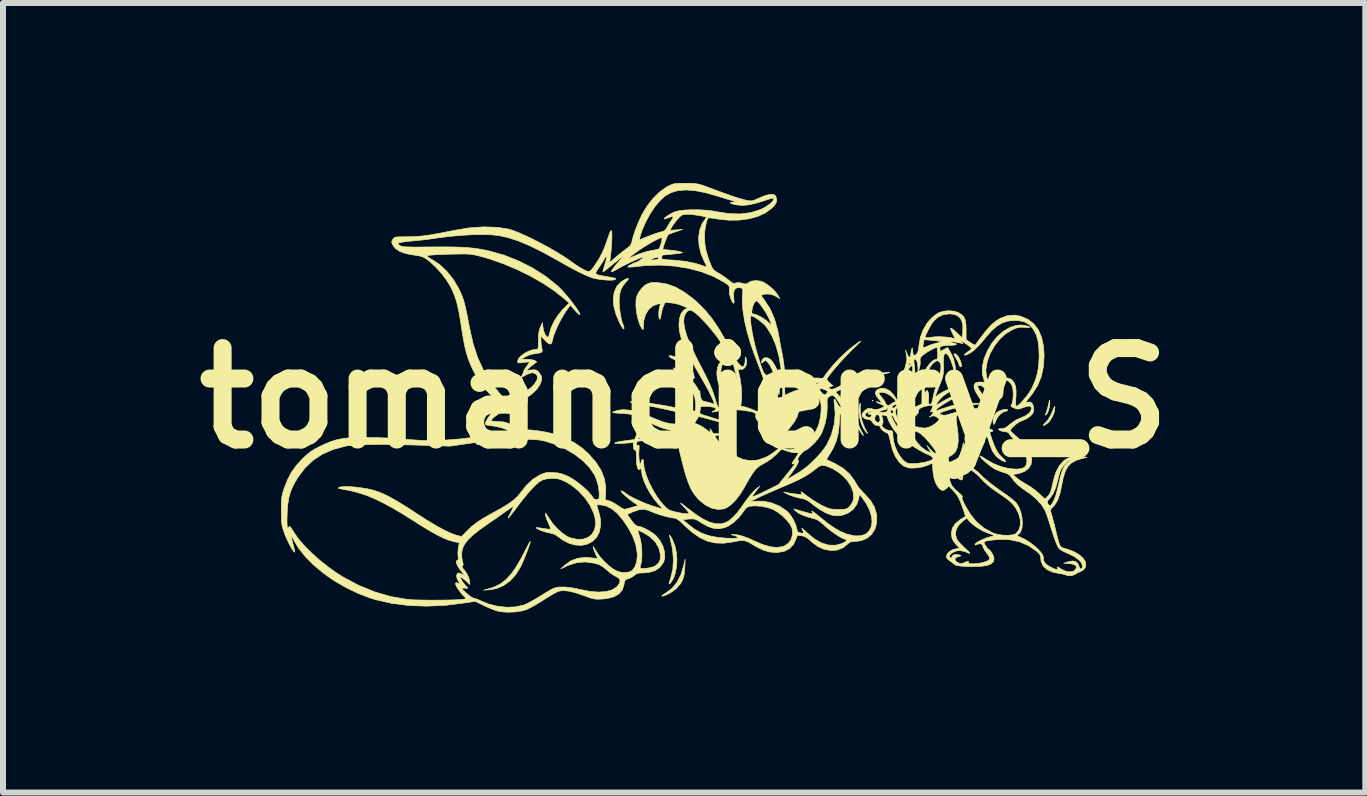
<source format=kicad_pcb>
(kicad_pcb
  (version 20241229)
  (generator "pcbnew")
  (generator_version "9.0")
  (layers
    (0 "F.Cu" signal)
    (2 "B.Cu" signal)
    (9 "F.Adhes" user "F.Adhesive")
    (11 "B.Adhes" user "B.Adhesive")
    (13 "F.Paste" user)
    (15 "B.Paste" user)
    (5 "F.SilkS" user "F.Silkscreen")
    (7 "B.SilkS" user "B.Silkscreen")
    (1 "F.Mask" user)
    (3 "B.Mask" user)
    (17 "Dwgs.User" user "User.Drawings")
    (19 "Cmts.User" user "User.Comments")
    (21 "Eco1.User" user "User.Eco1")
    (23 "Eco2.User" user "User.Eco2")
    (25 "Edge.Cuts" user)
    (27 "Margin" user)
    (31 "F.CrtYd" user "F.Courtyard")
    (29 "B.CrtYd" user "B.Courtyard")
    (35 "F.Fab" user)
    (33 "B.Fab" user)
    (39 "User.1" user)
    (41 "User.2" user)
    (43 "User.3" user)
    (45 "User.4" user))
  (footprint "tomandjerry_S"
    (layer "F.Cu")
    (at 8.353 3.586)
    (property "Reference" "tomandjerry_S" (at 0 0 0) (layer "F.SilkS") (effects (font (size 1.524 1.524) (thickness 0.3))))
    (attr through_hole)
    (fp_poly (pts (xy -3.437 0.77) (xy -3.446 0.779) (xy -3.454 0.77) (xy -3.446 0.762) (xy -3.437 0.77)) (stroke (width 0.01) (type solid)) (fill yes) (layer "F.SilkS"))
    (fp_poly (pts (xy 0.796 0.449) (xy 0.787 0.457) (xy 0.779 0.449) (xy 0.787 0.44) (xy 0.796 0.449)) (stroke (width 0.01) (type solid)) (fill yes) (layer "F.SilkS"))
    (fp_poly (pts (xy 3.15 0.042) (xy 3.141 0.051) (xy 3.133 0.042) (xy 3.141 0.034) (xy 3.15 0.042)) (stroke (width 0.01) (type solid)) (fill yes) (layer "F.SilkS"))
    (fp_poly (pts (xy 2.877 0.307) (xy 2.884 0.354) (xy 2.902 0.431) (xy 2.934 0.512) (xy 2.946 0.535) (xy 2.975 0.589) (xy 2.988 0.619) (xy 2.985 0.624) (xy 2.965 0.601) (xy 2.95 0.58) (xy 2.897 0.492) (xy 2.864 0.408) (xy 2.854 0.336) (xy 2.861 0.297) (xy 2.869 0.287) (xy 2.877 0.307)) (stroke (width 0.01) (type solid)) (fill yes) (layer "F.SilkS"))
    (fp_poly (pts (xy 6.093 0.037) (xy 6.094 0.067) (xy 6.095 0.081) (xy 6.089 0.145) (xy 6.072 0.208) (xy 6.049 0.258) (xy 6.028 0.279) (xy 6.017 0.283) (xy 6.024 0.263) (xy 6.028 0.255) (xy 6.042 0.218) (xy 6.059 0.162) (xy 6.071 0.113) (xy 6.083 0.058) (xy 6.09 0.033) (xy 6.093 0.037)) (stroke (width 0.01) (type solid)) (fill yes) (layer "F.SilkS"))
    (fp_poly (pts (xy 4.535 -0.73) (xy 4.561 -0.703) (xy 4.588 -0.657) (xy 4.611 -0.604) (xy 4.622 -0.558) (xy 4.623 -0.551) (xy 4.615 -0.522) (xy 4.6 -0.522) (xy 4.585 -0.548) (xy 4.584 -0.555) (xy 4.568 -0.598) (xy 4.541 -0.649) (xy 4.53 -0.667) (xy 4.501 -0.715) (xy 4.496 -0.739) (xy 4.514 -0.74) (xy 4.535 -0.73)) (stroke (width 0.01) (type solid)) (fill yes) (layer "F.SilkS"))
    (fp_poly (pts (xy 6.179 0.149) (xy 6.179 0.154) (xy 6.169 0.229) (xy 6.138 0.31) (xy 6.093 0.38) (xy 6.069 0.406) (xy 6.029 0.437) (xy 5.998 0.455) (xy 5.99 0.457) (xy 5.985 0.448) (xy 6.004 0.427) (xy 6.064 0.361) (xy 6.118 0.269) (xy 6.146 0.199) (xy 6.165 0.153) (xy 6.175 0.137) (xy 6.179 0.149)) (stroke (width 0.01) (type solid)) (fill yes) (layer "F.SilkS"))
    (fp_poly (pts (xy 2.939 0.091) (xy 2.936 0.129) (xy 2.935 0.144) (xy 2.936 0.234) (xy 2.954 0.338) (xy 2.986 0.441) (xy 3.022 0.52) (xy 3.048 0.568) (xy 3.056 0.589) (xy 3.047 0.584) (xy 3.027 0.563) (xy 2.983 0.496) (xy 2.947 0.409) (xy 2.923 0.314) (xy 2.912 0.221) (xy 2.916 0.139) (xy 2.927 0.102) (xy 2.936 0.083) (xy 2.939 0.091)) (stroke (width 0.01) (type solid)) (fill yes) (layer "F.SilkS"))
    (fp_poly (pts (xy 0.011 2.828) (xy 0.001 2.936) (xy -0.022 3.022) (xy -0.064 3.096) (xy -0.127 3.167) (xy -0.13 3.17) (xy -0.183 3.213) (xy -0.246 3.253) (xy -0.309 3.284) (xy -0.361 3.3) (xy -0.373 3.301) (xy -0.373 3.294) (xy -0.349 3.275) (xy -0.312 3.252) (xy -0.205 3.173) (xy -0.119 3.069) (xy -0.053 2.94) (xy -0.008 2.79) (xy 0.017 2.684) (xy 0.011 2.828)) (stroke (width 0.01) (type solid)) (fill yes) (layer "F.SilkS"))
    (fp_poly (pts (xy 5.384 0.189) (xy 5.395 0.199) (xy 5.393 0.203) (xy 5.369 0.218) (xy 5.356 0.22) (xy 5.312 0.234) (xy 5.265 0.27) (xy 5.223 0.319) (xy 5.197 0.372) (xy 5.196 0.373) (xy 5.178 0.421) (xy 5.162 0.438) (xy 5.151 0.422) (xy 5.148 0.376) (xy 5.162 0.3) (xy 5.205 0.242) (xy 5.259 0.21) (xy 5.307 0.195) (xy 5.351 0.187) (xy 5.384 0.189)) (stroke (width 0.01) (type solid)) (fill yes) (layer "F.SilkS"))
    (fp_poly (pts (xy -0.23 2.3) (xy -0.222 2.311) (xy -0.198 2.354) (xy -0.172 2.416) (xy -0.15 2.478) (xy -0.128 2.582) (xy -0.121 2.695) (xy -0.127 2.808) (xy -0.147 2.914) (xy -0.179 3.005) (xy -0.221 3.074) (xy -0.236 3.089) (xy -0.249 3.098) (xy -0.252 3.088) (xy -0.244 3.056) (xy -0.224 2.997) (xy -0.223 2.993) (xy -0.189 2.849) (xy -0.18 2.688) (xy -0.194 2.517) (xy -0.232 2.343) (xy -0.248 2.291) (xy -0.246 2.283) (xy -0.23 2.3)) (stroke (width 0.01) (type solid)) (fill yes) (layer "F.SilkS"))
    (fp_poly (pts (xy -0.205 -0.705) (xy -0.154 -0.689) (xy -0.094 -0.664) (xy -0.033 -0.634) (xy 0.023 -0.6) (xy 0.067 -0.567) (xy 0.071 -0.564) (xy 0.104 -0.52) (xy 0.136 -0.46) (xy 0.16 -0.396) (xy 0.169 -0.345) (xy 0.169 -0.344) (xy 0.162 -0.322) (xy 0.145 -0.327) (xy 0.124 -0.355) (xy 0.111 -0.381) (xy 0.074 -0.443) (xy 0.015 -0.51) (xy -0.057 -0.574) (xy -0.133 -0.626) (xy -0.165 -0.643) (xy -0.213 -0.668) (xy -0.245 -0.689) (xy -0.254 -0.7) (xy -0.241 -0.709) (xy -0.205 -0.705)) (stroke (width 0.01) (type solid)) (fill yes) (layer "F.SilkS"))
    (fp_poly (pts (xy -2.566 2.402) (xy -2.578 2.441) (xy -2.597 2.498) (xy -2.623 2.566) (xy -2.652 2.64) (xy -2.681 2.711) (xy -2.708 2.773) (xy -2.726 2.81) (xy -2.806 2.94) (xy -2.903 3.046) (xy -3.014 3.125) (xy -3.134 3.175) (xy -3.238 3.193) (xy -3.344 3.2) (xy -3.26 3.178) (xy -3.154 3.142) (xy -3.059 3.093) (xy -2.972 3.026) (xy -2.89 2.939) (xy -2.81 2.829) (xy -2.728 2.691) (xy -2.66 2.561) (xy -2.625 2.493) (xy -2.596 2.437) (xy -2.575 2.4) (xy -2.566 2.388) (xy -2.566 2.402)) (stroke (width 0.01) (type solid)) (fill yes) (layer "F.SilkS"))
    (fp_poly (pts (xy -0.929 -1.995) (xy -0.935 -1.974) (xy -0.969 -1.935) (xy -1.025 -1.867) (xy -1.06 -1.796) (xy -1.079 -1.711) (xy -1.084 -1.61) (xy -1.08 -1.523) (xy -1.068 -1.429) (xy -1.052 -1.339) (xy -1.033 -1.263) (xy -1.014 -1.215) (xy -1.003 -1.176) (xy -1.003 -1.155) (xy -1.013 -1.153) (xy -1.034 -1.18) (xy -1.065 -1.234) (xy -1.071 -1.246) (xy -1.135 -1.393) (xy -1.172 -1.53) (xy -1.182 -1.655) (xy -1.166 -1.766) (xy -1.124 -1.86) (xy -1.055 -1.935) (xy -0.996 -1.974) (xy -0.949 -1.995) (xy -0.929 -1.995)) (stroke (width 0.01) (type solid)) (fill yes) (layer "F.SilkS"))
    (fp_poly (pts (xy 0.702 -0.614) (xy 0.72 -0.603) (xy 0.741 -0.586) (xy 0.733 -0.583) (xy 0.708 -0.587) (xy 0.663 -0.582) (xy 0.632 -0.549) (xy 0.615 -0.491) (xy 0.612 -0.41) (xy 0.623 -0.309) (xy 0.65 -0.191) (xy 0.68 -0.089) (xy 0.703 -0.019) (xy 0.721 0.038) (xy 0.731 0.074) (xy 0.733 0.085) (xy 0.722 0.072) (xy 0.699 0.04) (xy 0.687 0.021) (xy 0.649 -0.047) (xy 0.611 -0.135) (xy 0.578 -0.229) (xy 0.555 -0.314) (xy 0.551 -0.336) (xy 0.544 -0.425) (xy 0.554 -0.502) (xy 0.577 -0.564) (xy 0.611 -0.606) (xy 0.654 -0.624) (xy 0.702 -0.614)) (stroke (width 0.01) (type solid)) (fill yes) (layer "F.SilkS"))
    (fp_poly (pts (xy 4.502 -1.449) (xy 4.572 -1.425) (xy 4.626 -1.39) (xy 4.663 -1.352) (xy 4.685 -1.301) (xy 4.696 -1.231) (xy 4.699 -1.138) (xy 4.699 -0.975) (xy 4.772 -0.926) (xy 4.814 -0.899) (xy 4.843 -0.884) (xy 4.85 -0.883) (xy 4.861 -0.898) (xy 4.888 -0.935) (xy 4.926 -0.986) (xy 4.953 -1.023) (xy 5.041 -1.136) (xy 5.121 -1.223) (xy 5.198 -1.287) (xy 5.271 -1.332) (xy 5.389 -1.375) (xy 5.507 -1.384) (xy 5.607 -1.366) (xy 5.729 -1.314) (xy 5.828 -1.238) (xy 5.905 -1.136) (xy 5.959 -1.009) (xy 5.99 -0.857) (xy 5.999 -0.711) (xy 5.988 -0.527) (xy 5.953 -0.363) (xy 5.893 -0.214) (xy 5.805 -0.075) (xy 5.763 -0.023) (xy 5.72 0.029) (xy 5.699 0.059) (xy 5.698 0.071) (xy 5.713 0.069) (xy 5.763 0.063) (xy 5.8 0.087) (xy 5.822 0.137) (xy 5.825 0.177) (xy 5.821 0.228) (xy 5.803 0.265) (xy 5.766 0.302) (xy 5.712 0.34) (xy 5.652 0.368) (xy 5.638 0.373) (xy 5.594 0.392) (xy 5.543 0.425) (xy 5.494 0.464) (xy 5.456 0.502) (xy 5.436 0.533) (xy 5.436 0.538) (xy 5.448 0.556) (xy 5.481 0.589) (xy 5.53 0.633) (xy 5.569 0.666) (xy 5.667 0.759) (xy 5.737 0.853) (xy 5.779 0.943) (xy 5.794 1.028) (xy 5.781 1.105) (xy 5.741 1.17) (xy 5.674 1.221) (xy 5.58 1.256) (xy 5.546 1.262) (xy 5.478 1.273) (xy 5.542 1.329) (xy 5.591 1.366) (xy 5.656 1.409) (xy 5.711 1.44) (xy 5.779 1.482) (xy 5.853 1.536) (xy 5.914 1.589) (xy 6.012 1.682) (xy 6.053 1.643) (xy 6.077 1.617) (xy 6.096 1.586) (xy 6.113 1.542) (xy 6.13 1.48) (xy 6.15 1.392) (xy 6.154 1.372) (xy 6.196 1.234) (xy 6.255 1.123) (xy 6.33 1.041) (xy 6.358 1.024) (xy 6.452 1.024) (xy 6.46 1.033) (xy 6.469 1.024) (xy 6.46 1.016) (xy 6.452 1.024) (xy 6.358 1.024) (xy 6.42 0.988) (xy 6.525 0.965) (xy 6.643 0.973) (xy 6.649 0.974) (xy 6.714 0.987) (xy 6.629 1.007) (xy 6.533 1.037) (xy 6.457 1.078) (xy 6.399 1.135) (xy 6.355 1.212) (xy 6.321 1.313) (xy 6.294 1.444) (xy 6.293 1.45) (xy 6.264 1.589) (xy 6.226 1.697) (xy 6.177 1.779) (xy 6.147 1.812) (xy 6.115 1.846) (xy 6.105 1.872) (xy 6.113 1.905) (xy 6.113 1.905) (xy 6.123 1.938) (xy 6.14 1.997) (xy 6.16 2.072) (xy 6.181 2.155) (xy 6.181 2.156) (xy 6.208 2.267) (xy 6.228 2.349) (xy 6.245 2.408) (xy 6.26 2.448) (xy 6.277 2.474) (xy 6.298 2.49) (xy 6.326 2.501) (xy 6.363 2.511) (xy 6.388 2.518) (xy 6.495 2.558) (xy 6.582 2.608) (xy 6.646 2.664) (xy 6.685 2.724) (xy 6.696 2.784) (xy 6.685 2.824) (xy 6.653 2.863) (xy 6.612 2.887) (xy 6.56 2.91) (xy 6.52 2.934) (xy 6.462 2.959) (xy 6.4 2.96) (xy 6.367 2.948) (xy 6.336 2.938) (xy 6.286 2.928) (xy 6.248 2.922) (xy 6.133 2.897) (xy 6.044 2.854) (xy 5.982 2.795) (xy 5.949 2.722) (xy 5.944 2.673) (xy 5.939 2.63) (xy 5.919 2.594) (xy 5.878 2.554) (xy 5.876 2.553) (xy 5.74 2.458) (xy 5.589 2.394) (xy 5.424 2.359) (xy 5.316 2.354) (xy 5.246 2.356) (xy 5.171 2.362) (xy 5.1 2.37) (xy 5.042 2.38) (xy 5.006 2.391) (xy 5 2.395) (xy 5.001 2.414) (xy 5.017 2.448) (xy 5.04 2.484) (xy 5.063 2.511) (xy 5.072 2.517) (xy 5.102 2.542) (xy 5.132 2.586) (xy 5.156 2.636) (xy 5.165 2.679) (xy 5.153 2.726) (xy 5.117 2.761) (xy 5.056 2.786) (xy 4.966 2.801) (xy 4.847 2.807) (xy 4.75 2.805) (xy 4.658 2.802) (xy 4.594 2.797) (xy 4.551 2.791) (xy 4.522 2.781) (xy 4.501 2.767) (xy 4.5 2.766) (xy 4.456 2.731) (xy 4.415 2.704) (xy 4.382 2.673) (xy 4.369 2.64) (xy 4.372 2.632) (xy 4.42 2.632) (xy 4.428 2.661) (xy 4.447 2.664) (xy 4.462 2.642) (xy 4.487 2.613) (xy 4.533 2.604) (xy 4.591 2.614) (xy 4.606 2.62) (xy 4.611 2.629) (xy 4.583 2.638) (xy 4.572 2.64) (xy 4.527 2.658) (xy 4.512 2.686) (xy 4.527 2.718) (xy 4.555 2.738) (xy 4.59 2.754) (xy 4.617 2.758) (xy 4.651 2.749) (xy 4.684 2.735) (xy 4.723 2.72) (xy 4.738 2.72) (xy 4.736 2.734) (xy 4.735 2.735) (xy 4.742 2.752) (xy 4.774 2.76) (xy 4.824 2.761) (xy 4.885 2.756) (xy 4.949 2.746) (xy 5.008 2.731) (xy 5.056 2.713) (xy 5.084 2.692) (xy 5.086 2.69) (xy 5.092 2.667) (xy 5.08 2.637) (xy 5.049 2.591) (xy 5.041 2.581) (xy 5.007 2.532) (xy 4.984 2.49) (xy 4.978 2.469) (xy 4.965 2.437) (xy 4.931 2.425) (xy 4.883 2.436) (xy 4.883 2.437) (xy 4.853 2.448) (xy 4.845 2.441) (xy 4.846 2.434) (xy 4.866 2.414) (xy 4.908 2.387) (xy 4.964 2.359) (xy 5.025 2.334) (xy 5.081 2.315) (xy 5.101 2.311) (xy 5.144 2.3) (xy 5.154 2.287) (xy 5.13 2.272) (xy 5.074 2.253) (xy 5.071 2.252) (xy 4.995 2.222) (xy 4.912 2.176) (xy 4.832 2.122) (xy 4.769 2.067) (xy 4.756 2.053) (xy 4.711 2) (xy 4.65 2.046) (xy 4.575 2.116) (xy 4.533 2.192) (xy 4.522 2.27) (xy 4.544 2.349) (xy 4.546 2.353) (xy 4.57 2.387) (xy 4.612 2.434) (xy 4.664 2.485) (xy 4.676 2.496) (xy 4.73 2.545) (xy 4.758 2.575) (xy 4.763 2.587) (xy 4.743 2.584) (xy 4.701 2.567) (xy 4.696 2.565) (xy 4.641 2.548) (xy 4.587 2.54) (xy 4.583 2.54) (xy 4.534 2.548) (xy 4.484 2.569) (xy 4.443 2.597) (xy 4.421 2.625) (xy 4.42 2.632) (xy 4.372 2.632) (xy 4.384 2.596) (xy 4.424 2.554) (xy 4.481 2.524) (xy 4.521 2.513) (xy 4.591 2.501) (xy 4.541 2.449) (xy 4.491 2.388) (xy 4.464 2.333) (xy 4.454 2.268) (xy 4.453 2.245) (xy 4.47 2.166) (xy 4.52 2.092) (xy 4.601 2.024) (xy 4.62 2.013) (xy 4.659 1.989) (xy 4.684 1.973) (xy 4.688 1.971) (xy 4.685 1.955) (xy 4.672 1.913) (xy 4.651 1.853) (xy 4.632 1.798) (xy 4.597 1.71) (xy 4.565 1.644) (xy 4.529 1.592) (xy 4.49 1.547) (xy 4.411 1.465) (xy 4.374 1.503) (xy 4.331 1.535) (xy 4.291 1.535) (xy 4.248 1.503) (xy 4.242 1.497) (xy 4.199 1.431) (xy 4.166 1.341) (xy 4.159 1.302) (xy 4.423 1.302) (xy 4.429 1.381) (xy 4.459 1.453) (xy 4.516 1.523) (xy 4.583 1.581) (xy 4.623 1.616) (xy 4.64 1.64) (xy 4.636 1.647) (xy 4.629 1.661) (xy 4.638 1.695) (xy 4.664 1.752) (xy 4.678 1.78) (xy 4.771 1.937) (xy 4.876 2.065) (xy 4.998 2.166) (xy 5.137 2.242) (xy 5.158 2.251) (xy 5.228 2.271) (xy 5.309 2.283) (xy 5.39 2.286) (xy 5.463 2.28) (xy 5.517 2.265) (xy 5.531 2.256) (xy 5.579 2.196) (xy 5.603 2.118) (xy 5.602 2.028) (xy 5.576 1.931) (xy 5.565 1.905) (xy 5.533 1.842) (xy 5.496 1.789) (xy 5.449 1.738) (xy 5.387 1.685) (xy 5.303 1.625) (xy 5.241 1.583) (xy 5.141 1.513) (xy 5.054 1.444) (xy 4.988 1.382) (xy 4.97 1.363) (xy 4.891 1.281) (xy 4.81 1.215) (xy 4.734 1.172) (xy 4.689 1.157) (xy 4.635 1.146) (xy 4.643 1.252) (xy 4.645 1.319) (xy 4.636 1.357) (xy 4.614 1.365) (xy 4.577 1.345) (xy 4.521 1.297) (xy 4.517 1.293) (xy 4.428 1.211) (xy 4.423 1.302) (xy 4.159 1.302) (xy 4.148 1.238) (xy 4.144 1.187) (xy 4.143 1.151) (xy 4.42 1.151) (xy 4.427 1.179) (xy 4.437 1.185) (xy 4.458 1.196) (xy 4.494 1.224) (xy 4.537 1.262) (xy 4.619 1.338) (xy 4.604 1.26) (xy 4.598 1.189) (xy 4.612 1.143) (xy 4.647 1.12) (xy 4.675 1.118) (xy 4.741 1.13) (xy 4.815 1.168) (xy 4.898 1.234) (xy 4.961 1.296) (xy 5.018 1.348) (xy 5.094 1.411) (xy 5.18 1.478) (xy 5.268 1.54) (xy 5.283 1.551) (xy 5.362 1.605) (xy 5.433 1.658) (xy 5.49 1.704) (xy 5.529 1.738) (xy 5.536 1.747) (xy 5.58 1.819) (xy 5.612 1.903) (xy 5.631 1.993) (xy 5.637 2.08) (xy 5.631 2.16) (xy 5.61 2.224) (xy 5.576 2.267) (xy 5.559 2.277) (xy 5.547 2.286) (xy 5.561 2.299) (xy 5.604 2.317) (xy 5.606 2.319) (xy 5.679 2.353) (xy 5.754 2.4) (xy 5.827 2.454) (xy 5.892 2.511) (xy 5.943 2.567) (xy 5.977 2.616) (xy 5.987 2.654) (xy 5.986 2.66) (xy 5.988 2.706) (xy 6.019 2.753) (xy 6.074 2.798) (xy 6.15 2.837) (xy 6.193 2.852) (xy 6.22 2.857) (xy 6.223 2.843) (xy 6.221 2.837) (xy 6.216 2.817) (xy 6.227 2.814) (xy 6.258 2.831) (xy 6.292 2.853) (xy 6.355 2.883) (xy 6.42 2.895) (xy 6.478 2.888) (xy 6.51 2.869) (xy 6.537 2.829) (xy 6.532 2.795) (xy 6.496 2.771) (xy 6.432 2.758) (xy 6.417 2.757) (xy 6.325 2.752) (xy 6.397 2.728) (xy 6.473 2.713) (xy 6.529 2.725) (xy 6.566 2.764) (xy 6.578 2.796) (xy 6.597 2.837) (xy 6.618 2.848) (xy 6.633 2.83) (xy 6.638 2.795) (xy 6.622 2.745) (xy 6.576 2.693) (xy 6.505 2.642) (xy 6.413 2.595) (xy 6.389 2.586) (xy 6.316 2.552) (xy 6.263 2.519) (xy 6.241 2.497) (xy 6.217 2.453) (xy 6.19 2.387) (xy 6.157 2.295) (xy 6.118 2.174) (xy 6.095 2.1) (xy 6.069 2.019) (xy 6.043 1.944) (xy 6.02 1.884) (xy 6.008 1.857) (xy 5.951 1.769) (xy 5.916 1.732) (xy 6.053 1.732) (xy 6.06 1.758) (xy 6.061 1.759) (xy 6.084 1.79) (xy 6.108 1.788) (xy 6.133 1.757) (xy 6.166 1.694) (xy 6.197 1.611) (xy 6.226 1.503) (xy 6.248 1.405) (xy 6.277 1.285) (xy 6.307 1.194) (xy 6.34 1.128) (xy 6.378 1.085) (xy 6.393 1.073) (xy 6.42 1.051) (xy 6.427 1.036) (xy 6.427 1.036) (xy 6.409 1.04) (xy 6.379 1.064) (xy 6.343 1.101) (xy 6.309 1.144) (xy 6.283 1.185) (xy 6.262 1.236) (xy 6.242 1.302) (xy 6.232 1.346) (xy 6.195 1.485) (xy 6.149 1.593) (xy 6.095 1.669) (xy 6.063 1.706) (xy 6.053 1.732) (xy 5.916 1.732) (xy 5.868 1.68) (xy 5.768 1.596) (xy 5.723 1.565) (xy 5.628 1.498) (xy 5.556 1.44) (xy 5.501 1.383) (xy 5.461 1.33) (xy 5.426 1.285) (xy 5.385 1.258) (xy 5.329 1.24) (xy 5.26 1.217) (xy 5.188 1.186) (xy 5.165 1.173) (xy 5.118 1.142) (xy 5.065 1.101) (xy 5.012 1.056) (xy 4.967 1.014) (xy 4.937 0.98) (xy 4.928 0.963) (xy 4.94 0.965) (xy 4.974 0.983) (xy 5.022 1.013) (xy 5.036 1.023) (xy 5.155 1.091) (xy 5.285 1.142) (xy 5.416 1.174) (xy 5.54 1.183) (xy 5.597 1.178) (xy 5.649 1.165) (xy 5.681 1.143) (xy 5.699 1.115) (xy 5.714 1.053) (xy 5.704 0.978) (xy 5.672 0.897) (xy 5.623 0.818) (xy 5.557 0.747) (xy 5.544 0.736) (xy 5.495 0.69) (xy 5.451 0.64) (xy 5.436 0.618) (xy 5.405 0.578) (xy 5.372 0.561) (xy 5.344 0.559) (xy 5.295 0.551) (xy 5.257 0.534) (xy 5.238 0.518) (xy 5.244 0.511) (xy 5.277 0.509) (xy 5.287 0.509) (xy 5.33 0.503) (xy 5.371 0.483) (xy 5.422 0.443) (xy 5.434 0.433) (xy 5.528 0.366) (xy 5.614 0.328) (xy 5.688 0.295) (xy 5.746 0.253) (xy 5.781 0.205) (xy 5.788 0.163) (xy 5.777 0.138) (xy 5.75 0.131) (xy 5.703 0.139) (xy 5.639 0.162) (xy 5.59 0.179) (xy 5.556 0.182) (xy 5.519 0.172) (xy 5.495 0.162) (xy 5.454 0.142) (xy 5.444 0.127) (xy 5.451 0.12) (xy 5.465 0.094) (xy 5.476 0.045) (xy 5.483 -0.019) (xy 5.484 -0.087) (xy 5.479 -0.15) (xy 5.47 -0.193) (xy 5.446 -0.242) (xy 5.413 -0.279) (xy 5.409 -0.282) (xy 5.369 -0.299) (xy 5.342 -0.289) (xy 5.325 -0.25) (xy 5.318 -0.181) (xy 5.317 -0.15) (xy 5.315 -0.084) (xy 5.309 -0.042) (xy 5.294 -0.012) (xy 5.276 0.009) (xy 5.244 0.031) (xy 5.206 0.047) (xy 5.172 0.053) (xy 5.153 0.047) (xy 5.151 0.038) (xy 5.144 0.016) (xy 5.12 -0.023) (xy 5.085 -0.072) (xy 5.045 -0.122) (xy 5.021 -0.149) (xy 5.097 -0.149) (xy 5.117 -0.114) (xy 5.158 -0.057) (xy 5.159 -0.055) (xy 5.194 -0.014) (xy 5.219 -0.002) (xy 5.24 -0.018) (xy 5.249 -0.033) (xy 5.261 -0.073) (xy 5.266 -0.122) (xy 5.266 -0.178) (xy 5.175 -0.178) (xy 5.126 -0.176) (xy 5.1 -0.168) (xy 5.097 -0.149) (xy 5.021 -0.149) (xy 5.007 -0.165) (xy 4.976 -0.195) (xy 4.965 -0.202) (xy 4.919 -0.217) (xy 4.896 -0.209) (xy 4.896 -0.181) (xy 4.919 -0.135) (xy 4.961 -0.078) (xy 5.013 0.002) (xy 5.031 0.08) (xy 5.016 0.159) (xy 5.003 0.187) (xy 4.987 0.214) (xy 4.967 0.229) (xy 4.935 0.236) (xy 4.879 0.237) (xy 4.868 0.237) (xy 4.807 0.239) (xy 4.77 0.245) (xy 4.75 0.259) (xy 4.741 0.272) (xy 4.728 0.311) (xy 4.742 0.34) (xy 4.785 0.361) (xy 4.817 0.371) (xy 4.878 0.392) (xy 4.945 0.426) (xy 4.978 0.447) (xy 5.031 0.48) (xy 5.08 0.506) (xy 5.104 0.515) (xy 5.138 0.53) (xy 5.147 0.547) (xy 5.129 0.558) (xy 5.116 0.559) (xy 5.102 0.561) (xy 5.097 0.572) (xy 5.101 0.598) (xy 5.116 0.645) (xy 5.134 0.698) (xy 5.172 0.799) (xy 5.209 0.875) (xy 5.248 0.934) (xy 5.295 0.984) (xy 5.311 0.999) (xy 5.35 1.037) (xy 5.361 1.057) (xy 5.343 1.059) (xy 5.299 1.041) (xy 5.285 1.034) (xy 5.204 0.974) (xy 5.14 0.886) (xy 5.093 0.77) (xy 5.087 0.751) (xy 5.07 0.691) (xy 5.053 0.654) (xy 5.03 0.63) (xy 4.991 0.609) (xy 4.971 0.599) (xy 4.897 0.57) (xy 4.843 0.561) (xy 4.8 0.573) (xy 4.773 0.595) (xy 4.754 0.619) (xy 4.744 0.648) (xy 4.742 0.692) (xy 4.745 0.743) (xy 4.769 0.87) (xy 4.798 0.944) (xy 4.823 0.998) (xy 4.828 1.027) (xy 4.816 1.029) (xy 4.788 1.002) (xy 4.771 0.981) (xy 4.742 0.948) (xy 4.719 0.939) (xy 4.689 0.948) (xy 4.688 0.949) (xy 4.649 0.977) (xy 4.616 1.018) (xy 4.572 1.068) (xy 4.513 1.104) (xy 4.454 1.118) (xy 4.425 1.129) (xy 4.42 1.151) (xy 4.143 1.151) (xy 4.142 1.133) (xy 4.14 1.096) (xy 4.139 1.084) (xy 4.123 1.09) (xy 4.086 1.106) (xy 4.061 1.117) (xy 3.976 1.145) (xy 3.879 1.162) (xy 3.786 1.166) (xy 3.735 1.161) (xy 3.655 1.129) (xy 3.584 1.067) (xy 3.522 0.976) (xy 3.472 0.859) (xy 3.438 0.729) (xy 3.422 0.656) (xy 3.407 0.61) (xy 3.392 0.586) (xy 3.376 0.578) (xy 3.339 0.562) (xy 3.301 0.531) (xy 3.274 0.498) (xy 3.268 0.48) (xy 3.254 0.462) (xy 3.23 0.457) (xy 3.182 0.448) (xy 3.148 0.417) (xy 3.135 0.394) (xy 3.102 0.362) (xy 3.066 0.356) (xy 3.015 0.344) (xy 2.977 0.315) (xy 2.965 0.283) (xy 3.015 0.283) (xy 3.031 0.305) (xy 3.074 0.32) (xy 3.079 0.319) (xy 3.178 0.319) (xy 3.178 0.36) (xy 3.183 0.373) (xy 3.211 0.401) (xy 3.241 0.404) (xy 3.26 0.389) (xy 3.265 0.359) (xy 3.259 0.319) (xy 3.247 0.292) (xy 3.292 0.292) (xy 3.295 0.303) (xy 3.311 0.353) (xy 3.315 0.399) (xy 3.308 0.428) (xy 3.304 0.43) (xy 3.293 0.452) (xy 3.306 0.479) (xy 3.337 0.507) (xy 3.38 0.529) (xy 3.428 0.541) (xy 3.441 0.542) (xy 3.464 0.545) (xy 3.475 0.56) (xy 3.479 0.595) (xy 3.48 0.631) (xy 3.489 0.715) (xy 3.515 0.805) (xy 3.553 0.892) (xy 3.6 0.971) (xy 3.652 1.035) (xy 3.705 1.076) (xy 3.739 1.088) (xy 3.806 1.092) (xy 3.893 1.086) (xy 3.985 1.073) (xy 4.06 1.056) (xy 4.12 1.035) (xy 4.138 1.02) (xy 4.403 1.02) (xy 4.408 1.054) (xy 4.431 1.066) (xy 4.446 1.067) (xy 4.493 1.06) (xy 4.522 1.049) (xy 4.562 1.012) (xy 4.597 0.945) (xy 4.627 0.856) (xy 4.633 0.83) (xy 4.654 0.737) (xy 4.655 0.826) (xy 4.66 0.883) (xy 4.672 0.912) (xy 4.689 0.91) (xy 4.699 0.897) (xy 4.702 0.872) (xy 4.699 0.825) (xy 4.69 0.765) (xy 4.69 0.765) (xy 4.68 0.7) (xy 4.678 0.656) (xy 4.685 0.623) (xy 4.697 0.596) (xy 4.742 0.538) (xy 4.8 0.51) (xy 4.826 0.508) (xy 4.853 0.5) (xy 4.855 0.488) (xy 4.894 0.488) (xy 4.907 0.502) (xy 4.939 0.523) (xy 4.976 0.544) (xy 5.006 0.556) (xy 5.012 0.557) (xy 5.007 0.548) (xy 4.982 0.524) (xy 4.973 0.516) (xy 4.93 0.484) (xy 4.903 0.475) (xy 4.894 0.488) (xy 4.855 0.488) (xy 4.857 0.471) (xy 4.857 0.471) (xy 4.842 0.441) (xy 4.802 0.423) (xy 4.793 0.421) (xy 4.735 0.398) (xy 4.695 0.359) (xy 4.679 0.312) (xy 4.681 0.293) (xy 4.683 0.264) (xy 4.663 0.254) (xy 4.653 0.254) (xy 4.595 0.259) (xy 4.558 0.275) (xy 4.538 0.307) (xy 4.535 0.361) (xy 4.544 0.441) (xy 4.548 0.466) (xy 4.566 0.608) (xy 4.567 0.729) (xy 4.551 0.827) (xy 4.518 0.9) (xy 4.47 0.946) (xy 4.454 0.953) (xy 4.416 0.975) (xy 4.403 1.008) (xy 4.403 1.02) (xy 4.138 1.02) (xy 4.148 1.011) (xy 4.141 0.986) (xy 4.102 0.957) (xy 4.051 0.934) (xy 3.97 0.895) (xy 3.875 0.84) (xy 3.775 0.775) (xy 3.68 0.706) (xy 3.599 0.64) (xy 3.551 0.594) (xy 3.505 0.539) (xy 3.461 0.474) (xy 3.423 0.408) (xy 3.397 0.351) (xy 3.387 0.311) (xy 3.381 0.305) (xy 3.457 0.305) (xy 3.469 0.336) (xy 3.489 0.379) (xy 3.55 0.479) (xy 3.636 0.579) (xy 3.73 0.662) (xy 3.774 0.697) (xy 3.807 0.72) (xy 3.82 0.728) (xy 3.817 0.715) (xy 3.802 0.682) (xy 3.793 0.665) (xy 3.772 0.621) (xy 3.76 0.588) (xy 3.759 0.582) (xy 3.754 0.575) (xy 3.786 0.575) (xy 3.799 0.606) (xy 3.804 0.616) (xy 3.871 0.724) (xy 3.947 0.811) (xy 4.028 0.871) (xy 4.034 0.874) (xy 4.119 0.917) (xy 4.045 0.787) (xy 4.108 0.859) (xy 4.153 0.903) (xy 4.183 0.92) (xy 4.198 0.909) (xy 4.199 0.898) (xy 4.19 0.879) (xy 4.163 0.84) (xy 4.124 0.788) (xy 4.098 0.755) (xy 4.012 0.656) (xy 3.938 0.59) (xy 3.874 0.555) (xy 3.821 0.551) (xy 3.793 0.56) (xy 3.786 0.575) (xy 3.754 0.575) (xy 3.745 0.563) (xy 3.72 0.553) (xy 3.674 0.53) (xy 3.62 0.489) (xy 3.566 0.437) (xy 3.523 0.384) (xy 3.503 0.346) (xy 3.486 0.308) (xy 3.47 0.289) (xy 3.468 0.288) (xy 3.457 0.291) (xy 3.457 0.305) (xy 3.381 0.305) (xy 3.372 0.295) (xy 3.336 0.284) (xy 3.335 0.284) (xy 3.3 0.282) (xy 3.292 0.292) (xy 3.247 0.292) (xy 3.244 0.285) (xy 3.225 0.271) (xy 3.196 0.285) (xy 3.178 0.319) (xy 3.079 0.319) (xy 3.109 0.313) (xy 3.122 0.296) (xy 3.119 0.275) (xy 3.098 0.271) (xy 3.069 0.265) (xy 3.068 0.25) (xy 3.092 0.236) (xy 3.094 0.236) (xy 3.243 0.236) (xy 3.313 0.236) (xy 3.36 0.233) (xy 3.383 0.221) (xy 3.437 0.221) (xy 3.448 0.248) (xy 3.463 0.254) (xy 3.485 0.241) (xy 3.488 0.23) (xy 3.487 0.227) (xy 3.521 0.227) (xy 3.534 0.285) (xy 3.568 0.349) (xy 3.623 0.413) (xy 3.627 0.417) (xy 3.672 0.456) (xy 3.715 0.491) (xy 3.725 0.498) (xy 3.765 0.515) (xy 3.805 0.521) (xy 3.837 0.515) (xy 3.848 0.497) (xy 3.848 0.495) (xy 3.848 0.48) (xy 3.861 0.476) (xy 3.895 0.482) (xy 3.933 0.492) (xy 4.02 0.499) (xy 4.108 0.473) (xy 4.187 0.423) (xy 4.224 0.389) (xy 4.247 0.364) (xy 4.25 0.356) (xy 4.238 0.338) (xy 4.207 0.314) (xy 4.206 0.313) (xy 4.166 0.294) (xy 4.127 0.299) (xy 4.117 0.303) (xy 4.087 0.315) (xy 4.086 0.312) (xy 4.111 0.294) (xy 4.138 0.267) (xy 4.149 0.241) (xy 4.142 0.225) (xy 4.121 0.227) (xy 4.103 0.231) (xy 4.11 0.216) (xy 4.127 0.183) (xy 4.137 0.154) (xy 4.141 0.13) (xy 4.131 0.12) (xy 4.101 0.121) (xy 4.071 0.125) (xy 3.996 0.141) (xy 3.939 0.164) (xy 3.907 0.193) (xy 3.903 0.219) (xy 3.9 0.245) (xy 3.874 0.279) (xy 3.83 0.319) (xy 3.748 0.388) (xy 3.663 0.33) (xy 3.603 0.287) (xy 3.572 0.252) (xy 3.568 0.221) (xy 3.585 0.194) (xy 3.647 0.194) (xy 3.648 0.227) (xy 3.659 0.239) (xy 3.691 0.248) (xy 3.738 0.253) (xy 3.786 0.252) (xy 3.823 0.246) (xy 3.834 0.239) (xy 3.832 0.216) (xy 3.801 0.196) (xy 3.745 0.179) (xy 3.729 0.176) (xy 3.682 0.172) (xy 3.657 0.178) (xy 3.647 0.194) (xy 3.585 0.194) (xy 3.589 0.189) (xy 3.601 0.177) (xy 3.628 0.149) (xy 3.629 0.137) (xy 3.617 0.135) (xy 3.563 0.147) (xy 3.531 0.18) (xy 3.521 0.227) (xy 3.487 0.227) (xy 3.475 0.204) (xy 3.463 0.197) (xy 3.442 0.2) (xy 3.437 0.221) (xy 3.383 0.221) (xy 3.384 0.22) (xy 3.392 0.203) (xy 3.392 0.172) (xy 3.385 0.16) (xy 3.372 0.165) (xy 3.37 0.178) (xy 3.362 0.196) (xy 3.353 0.195) (xy 3.328 0.195) (xy 3.291 0.21) (xy 3.29 0.21) (xy 3.243 0.236) (xy 3.094 0.236) (xy 3.111 0.232) (xy 3.136 0.227) (xy 3.128 0.225) (xy 3.101 0.226) (xy 3.055 0.236) (xy 3.024 0.257) (xy 3.015 0.283) (xy 2.965 0.283) (xy 2.963 0.277) (xy 2.977 0.244) (xy 3.009 0.208) (xy 3.049 0.179) (xy 3.08 0.169) (xy 3.122 0.175) (xy 3.156 0.185) (xy 3.202 0.192) (xy 3.26 0.177) (xy 3.267 0.174) (xy 3.309 0.155) (xy 3.322 0.147) (xy 3.462 0.147) (xy 3.463 0.153) (xy 3.484 0.168) (xy 3.511 0.155) (xy 3.531 0.135) (xy 3.548 0.11) (xy 3.541 0.102) (xy 3.507 0.109) (xy 3.477 0.127) (xy 3.462 0.147) (xy 3.322 0.147) (xy 3.333 0.139) (xy 3.336 0.135) (xy 3.322 0.123) (xy 3.284 0.103) (xy 3.247 0.087) (xy 3.21 0.069) (xy 3.201 0.06) (xy 3.219 0.061) (xy 3.259 0.072) (xy 3.279 0.079) (xy 3.288 0.076) (xy 3.274 0.052) (xy 3.247 0.02) (xy 3.202 -0.039) (xy 3.186 -0.085) (xy 3.186 -0.085) (xy 3.247 -0.085) (xy 3.251 -0.067) (xy 3.276 -0.034) (xy 3.292 -0.014) (xy 3.326 0.029) (xy 3.348 0.064) (xy 3.353 0.078) (xy 3.366 0.104) (xy 3.382 0.117) (xy 3.413 0.122) (xy 3.447 0.1) (xy 3.479 0.076) (xy 3.502 0.068) (xy 3.521 0.059) (xy 3.517 0.037) (xy 3.495 0.007) (xy 3.46 -0.026) (xy 3.416 -0.057) (xy 3.369 -0.081) (xy 3.353 -0.087) (xy 3.304 -0.097) (xy 3.265 -0.097) (xy 3.26 -0.095) (xy 3.247 -0.085) (xy 3.186 -0.085) (xy 3.199 -0.122) (xy 3.226 -0.146) (xy 3.287 -0.167) (xy 3.355 -0.159) (xy 3.422 -0.125) (xy 3.482 -0.066) (xy 3.508 -0.028) (xy 3.55 0.035) (xy 3.582 0.071) (xy 3.609 0.084) (xy 3.614 0.085) (xy 3.625 0.078) (xy 3.626 0.055) (xy 3.618 0.009) (xy 3.611 -0.021) (xy 3.599 -0.126) (xy 3.624 -0.126) (xy 3.628 -0.042) (xy 3.64 0.033) (xy 3.662 0.091) (xy 3.69 0.127) (xy 3.714 0.135) (xy 3.721 0.123) (xy 3.716 0.106) (xy 3.71 0.079) (xy 3.703 0.037) (xy 3.699 -0.002) (xy 3.782 -0.002) (xy 3.785 0.069) (xy 3.796 0.121) (xy 3.815 0.149) (xy 3.826 0.152) (xy 3.851 0.146) (xy 3.892 0.129) (xy 3.903 0.124) (xy 3.962 0.095) (xy 3.963 -0.092) (xy 3.966 -0.167) (xy 4.002 -0.167) (xy 4.004 -0.124) (xy 4.01 -0.097) (xy 4.019 -0.091) (xy 4.029 -0.11) (xy 4.043 -0.129) (xy 4.057 -0.121) (xy 4.069 -0.092) (xy 4.076 -0.048) (xy 4.077 0.003) (xy 4.075 0.02) (xy 4.071 0.069) (xy 4.075 0.093) (xy 4.089 0.101) (xy 4.097 0.102) (xy 4.115 0.095) (xy 4.129 0.072) (xy 4.141 0.024) (xy 4.147 -0.009) (xy 4.151 -0.023) (xy 4.183 -0.023) (xy 4.194 -0.027) (xy 4.224 -0.047) (xy 4.238 -0.058) (xy 4.285 -0.089) (xy 4.34 -0.118) (xy 4.395 -0.142) (xy 4.443 -0.159) (xy 4.476 -0.164) (xy 4.487 -0.158) (xy 4.474 -0.142) (xy 4.44 -0.118) (xy 4.422 -0.107) (xy 4.327 -0.044) (xy 4.257 0.023) (xy 4.222 0.073) (xy 4.195 0.125) (xy 4.235 0.099) (xy 4.301 0.059) (xy 4.374 0.018) (xy 4.45 -0.02) (xy 4.522 -0.054) (xy 4.584 -0.08) (xy 4.629 -0.095) (xy 4.651 -0.096) (xy 4.651 -0.096) (xy 4.641 -0.085) (xy 4.606 -0.063) (xy 4.555 -0.033) (xy 4.526 -0.018) (xy 4.427 0.037) (xy 4.343 0.087) (xy 4.276 0.131) (xy 4.229 0.165) (xy 4.202 0.19) (xy 4.198 0.204) (xy 4.219 0.204) (xy 4.266 0.19) (xy 4.302 0.176) (xy 4.481 0.12) (xy 4.673 0.09) (xy 4.788 0.085) (xy 4.852 0.085) (xy 4.9 0.088) (xy 4.924 0.091) (xy 4.926 0.092) (xy 4.907 0.098) (xy 4.862 0.105) (xy 4.8 0.114) (xy 4.773 0.118) (xy 4.665 0.135) (xy 4.55 0.158) (xy 4.441 0.185) (xy 4.348 0.214) (xy 4.302 0.231) (xy 4.265 0.249) (xy 4.257 0.26) (xy 4.272 0.27) (xy 4.276 0.271) (xy 4.313 0.283) (xy 4.351 0.284) (xy 4.4 0.274) (xy 4.462 0.254) (xy 4.529 0.235) (xy 4.596 0.223) (xy 4.631 0.22) (xy 4.692 0.213) (xy 4.748 0.197) (xy 4.756 0.193) (xy 4.821 0.175) (xy 4.89 0.172) (xy 4.938 0.174) (xy 4.963 0.168) (xy 4.972 0.15) (xy 4.976 0.128) (xy 4.972 0.089) (xy 4.95 0.04) (xy 4.911 -0.021) (xy 4.858 -0.106) (xy 4.832 -0.175) (xy 4.833 -0.226) (xy 4.86 -0.258) (xy 4.914 -0.269) (xy 4.945 -0.268) (xy 4.988 -0.266) (xy 5.004 -0.273) (xy 5.002 -0.287) (xy 4.97 -0.402) (xy 4.969 -0.525) (xy 5 -0.66) (xy 5.055 -0.791) (xy 5.13 -0.918) (xy 5.22 -1.027) (xy 5.321 -1.115) (xy 5.428 -1.178) (xy 5.536 -1.213) (xy 5.603 -1.219) (xy 5.665 -1.214) (xy 5.718 -1.203) (xy 5.74 -1.194) (xy 5.761 -1.182) (xy 5.76 -1.176) (xy 5.734 -1.176) (xy 5.679 -1.18) (xy 5.615 -1.183) (xy 5.563 -1.177) (xy 5.506 -1.157) (xy 5.473 -1.143) (xy 5.362 -1.076) (xy 5.26 -0.983) (xy 5.171 -0.87) (xy 5.1 -0.744) (xy 5.052 -0.612) (xy 5.03 -0.481) (xy 5.029 -0.454) (xy 5.04 -0.354) (xy 5.071 -0.278) (xy 5.121 -0.228) (xy 5.188 -0.204) (xy 5.21 -0.203) (xy 5.251 -0.208) (xy 5.27 -0.229) (xy 5.277 -0.25) (xy 5.291 -0.292) (xy 5.305 -0.318) (xy 5.338 -0.336) (xy 5.387 -0.337) (xy 5.436 -0.322) (xy 5.465 -0.301) (xy 5.502 -0.253) (xy 5.523 -0.199) (xy 5.532 -0.13) (xy 5.531 -0.038) (xy 5.529 -0.013) (xy 5.525 0.069) (xy 5.527 0.118) (xy 5.535 0.135) (xy 5.536 0.135) (xy 5.563 0.122) (xy 5.604 0.087) (xy 5.651 0.035) (xy 5.702 -0.026) (xy 5.749 -0.09) (xy 5.787 -0.152) (xy 5.799 -0.175) (xy 5.852 -0.297) (xy 5.888 -0.415) (xy 5.908 -0.539) (xy 5.916 -0.683) (xy 5.916 -0.711) (xy 5.911 -0.849) (xy 5.896 -0.962) (xy 5.869 -1.055) (xy 5.827 -1.136) (xy 5.812 -1.158) (xy 5.751 -1.226) (xy 5.677 -1.269) (xy 5.584 -1.291) (xy 5.503 -1.295) (xy 5.399 -1.285) (xy 5.304 -1.255) (xy 5.214 -1.202) (xy 5.123 -1.123) (xy 5.028 -1.015) (xy 5.019 -1.003) (xy 4.921 -0.887) (xy 4.836 -0.803) (xy 4.764 -0.749) (xy 4.753 -0.743) (xy 4.701 -0.72) (xy 4.674 -0.715) (xy 4.674 -0.728) (xy 4.702 -0.754) (xy 4.723 -0.769) (xy 4.763 -0.799) (xy 4.788 -0.822) (xy 4.792 -0.829) (xy 4.779 -0.843) (xy 4.745 -0.871) (xy 4.696 -0.906) (xy 4.686 -0.913) (xy 4.64 -0.944) (xy 4.613 -0.957) (xy 4.61 -0.953) (xy 4.614 -0.948) (xy 4.648 -0.909) (xy 4.593 -0.92) (xy 4.518 -0.935) (xy 4.471 -0.943) (xy 4.448 -0.945) (xy 4.445 -0.941) (xy 4.453 -0.933) (xy 4.492 -0.917) (xy 4.508 -0.915) (xy 4.534 -0.906) (xy 4.538 -0.897) (xy 4.523 -0.888) (xy 4.483 -0.882) (xy 4.447 -0.881) (xy 4.384 -0.879) (xy 4.327 -0.874) (xy 4.306 -0.87) (xy 4.271 -0.859) (xy 4.261 -0.837) (xy 4.263 -0.819) (xy 4.271 -0.778) (xy 4.331 -0.813) (xy 4.368 -0.834) (xy 4.39 -0.843) (xy 4.392 -0.843) (xy 4.402 -0.827) (xy 4.415 -0.804) (xy 4.457 -0.731) (xy 4.485 -0.667) (xy 4.504 -0.594) (xy 4.513 -0.554) (xy 4.525 -0.479) (xy 4.528 -0.434) (xy 4.523 -0.421) (xy 4.51 -0.438) (xy 4.492 -0.489) (xy 4.48 -0.527) (xy 4.448 -0.621) (xy 4.416 -0.691) (xy 4.384 -0.733) (xy 4.36 -0.745) (xy 4.342 -0.738) (xy 4.33 -0.715) (xy 4.323 -0.671) (xy 4.321 -0.601) (xy 4.322 -0.533) (xy 4.322 -0.464) (xy 4.319 -0.409) (xy 4.31 -0.36) (xy 4.292 -0.304) (xy 4.264 -0.232) (xy 4.254 -0.206) (xy 4.225 -0.135) (xy 4.202 -0.076) (xy 4.187 -0.037) (xy 4.183 -0.023) (xy 4.151 -0.023) (xy 4.163 -0.08) (xy 4.187 -0.166) (xy 4.214 -0.248) (xy 4.217 -0.255) (xy 4.255 -0.372) (xy 4.276 -0.469) (xy 4.28 -0.542) (xy 4.266 -0.59) (xy 4.259 -0.598) (xy 4.232 -0.621) (xy 4.207 -0.622) (xy 4.174 -0.602) (xy 4.152 -0.585) (xy 4.102 -0.524) (xy 4.058 -0.436) (xy 4.024 -0.325) (xy 4.013 -0.276) (xy 4.005 -0.22) (xy 4.002 -0.167) (xy 3.966 -0.167) (xy 3.97 -0.251) (xy 3.99 -0.38) (xy 4.025 -0.478) (xy 4.04 -0.505) (xy 4.087 -0.569) (xy 4.134 -0.616) (xy 4.176 -0.641) (xy 4.19 -0.644) (xy 4.209 -0.647) (xy 4.22 -0.663) (xy 4.224 -0.698) (xy 4.225 -0.728) (xy 4.267 -0.728) (xy 4.273 -0.714) (xy 4.278 -0.717) (xy 4.281 -0.737) (xy 4.278 -0.739) (xy 4.268 -0.737) (xy 4.267 -0.728) (xy 4.225 -0.728) (xy 4.225 -0.745) (xy 4.223 -0.799) (xy 4.218 -0.835) (xy 4.212 -0.847) (xy 4.183 -0.838) (xy 4.137 -0.816) (xy 4.082 -0.786) (xy 4.028 -0.753) (xy 3.986 -0.722) (xy 3.98 -0.718) (xy 3.945 -0.683) (xy 3.932 -0.651) (xy 3.934 -0.62) (xy 3.934 -0.569) (xy 3.924 -0.51) (xy 3.921 -0.5) (xy 3.898 -0.432) (xy 3.896 -0.519) (xy 3.888 -0.593) (xy 3.866 -0.636) (xy 3.842 -0.652) (xy 3.83 -0.64) (xy 3.83 -0.598) (xy 3.837 -0.545) (xy 3.846 -0.445) (xy 3.838 -0.348) (xy 3.818 -0.261) (xy 3.798 -0.173) (xy 3.786 -0.084) (xy 3.782 -0.002) (xy 3.699 -0.002) (xy 3.699 -0.009) (xy 3.696 -0.053) (xy 3.696 -0.083) (xy 3.7 -0.092) (xy 3.701 -0.089) (xy 3.717 -0.075) (xy 3.734 -0.094) (xy 3.752 -0.143) (xy 3.771 -0.22) (xy 3.781 -0.272) (xy 3.799 -0.385) (xy 3.808 -0.467) (xy 3.807 -0.518) (xy 3.797 -0.541) (xy 3.793 -0.542) (xy 3.772 -0.528) (xy 3.743 -0.49) (xy 3.711 -0.437) (xy 3.68 -0.378) (xy 3.656 -0.319) (xy 3.649 -0.297) (xy 3.631 -0.213) (xy 3.624 -0.126) (xy 3.599 -0.126) (xy 3.598 -0.136) (xy 3.606 -0.26) (xy 3.635 -0.379) (xy 3.647 -0.41) (xy 3.667 -0.465) (xy 3.687 -0.529) (xy 3.697 -0.568) (xy 3.736 -0.568) (xy 3.737 -0.551) (xy 3.752 -0.553) (xy 3.773 -0.564) (xy 3.776 -0.568) (xy 3.765 -0.582) (xy 3.745 -0.579) (xy 3.736 -0.568) (xy 3.697 -0.568) (xy 3.703 -0.591) (xy 3.711 -0.636) (xy 3.711 -0.643) (xy 3.709 -0.676) (xy 3.703 -0.724) (xy 3.701 -0.737) (xy 3.69 -0.804) (xy 3.712 -0.746) (xy 3.735 -0.7) (xy 3.756 -0.682) (xy 3.771 -0.694) (xy 3.777 -0.731) (xy 3.783 -0.781) (xy 3.793 -0.821) (xy 3.802 -0.835) (xy 3.807 -0.822) (xy 3.809 -0.783) (xy 3.815 -0.731) (xy 3.83 -0.711) (xy 3.833 -0.711) (xy 3.87 -0.727) (xy 3.896 -0.775) (xy 3.912 -0.854) (xy 3.914 -0.871) (xy 3.98 -0.871) (xy 3.983 -0.845) (xy 4.002 -0.843) (xy 4.042 -0.861) (xy 4.047 -0.863) (xy 4.106 -0.888) (xy 4.175 -0.91) (xy 4.2 -0.916) (xy 4.247 -0.928) (xy 4.274 -0.938) (xy 4.278 -0.943) (xy 4.258 -0.948) (xy 4.214 -0.955) (xy 4.152 -0.961) (xy 4.134 -0.963) (xy 3.999 -0.975) (xy 3.989 -0.925) (xy 3.98 -0.871) (xy 3.914 -0.871) (xy 3.916 -0.892) (xy 3.937 -1.012) (xy 4.015 -1.012) (xy 4.016 -1.007) (xy 4.035 -1.006) (xy 4.078 -1.01) (xy 4.136 -1.018) (xy 4.137 -1.018) (xy 4.197 -1.023) (xy 4.269 -1.024) (xy 4.345 -1.02) (xy 4.415 -1.013) (xy 4.47 -1.003) (xy 4.501 -0.991) (xy 4.502 -0.99) (xy 4.514 -0.982) (xy 4.51 -1.001) (xy 4.489 -1.047) (xy 4.479 -1.066) (xy 4.45 -1.127) (xy 4.44 -1.161) (xy 4.449 -1.167) (xy 4.479 -1.148) (xy 4.531 -1.102) (xy 4.534 -1.099) (xy 4.631 -1.008) (xy 4.643 -1.109) (xy 4.645 -1.216) (xy 4.623 -1.3) (xy 4.577 -1.36) (xy 4.508 -1.395) (xy 4.425 -1.405) (xy 4.321 -1.393) (xy 4.235 -1.354) (xy 4.163 -1.29) (xy 4.135 -1.253) (xy 4.103 -1.201) (xy 4.071 -1.143) (xy 4.043 -1.087) (xy 4.023 -1.041) (xy 4.015 -1.012) (xy 3.937 -1.012) (xy 3.937 -1.015) (xy 3.983 -1.136) (xy 4.047 -1.247) (xy 4.127 -1.34) (xy 4.217 -1.409) (xy 4.24 -1.422) (xy 4.321 -1.448) (xy 4.413 -1.457) (xy 4.502 -1.449)) (stroke (width 0.01) (type solid)) (fill yes) (layer "F.SilkS"))
    (fp_poly (pts (xy 0.025 -3.581) (xy 0.114 -3.58) (xy 0.181 -3.576) (xy 0.235 -3.568) (xy 0.289 -3.554) (xy 0.353 -3.532) (xy 0.398 -3.515) (xy 0.568 -3.451) (xy 0.71 -3.4) (xy 0.826 -3.359) (xy 0.919 -3.329) (xy 0.992 -3.309) (xy 1.028 -3.3) (xy 1.082 -3.29) (xy 1.121 -3.288) (xy 1.159 -3.296) (xy 1.207 -3.316) (xy 1.242 -3.332) (xy 1.348 -3.376) (xy 1.43 -3.397) (xy 1.488 -3.396) (xy 1.525 -3.371) (xy 1.54 -3.324) (xy 1.541 -3.307) (xy 1.537 -3.268) (xy 1.52 -3.234) (xy 1.486 -3.193) (xy 1.458 -3.165) (xy 1.358 -3.09) (xy 1.232 -3.031) (xy 1.085 -2.99) (xy 0.924 -2.968) (xy 0.752 -2.965) (xy 0.574 -2.983) (xy 0.542 -2.988) (xy 0.48 -2.998) (xy 0.431 -3.004) (xy 0.404 -3.004) (xy 0.403 -3.003) (xy 0.386 -2.978) (xy 0.37 -2.928) (xy 0.355 -2.862) (xy 0.344 -2.788) (xy 0.339 -2.716) (xy 0.339 -2.699) (xy 0.345 -2.575) (xy 0.365 -2.458) (xy 0.402 -2.334) (xy 0.427 -2.267) (xy 0.454 -2.201) (xy 0.477 -2.157) (xy 0.503 -2.128) (xy 0.539 -2.104) (xy 0.56 -2.092) (xy 0.619 -2.056) (xy 0.686 -2.01) (xy 0.732 -1.975) (xy 0.782 -1.936) (xy 0.816 -1.916) (xy 0.841 -1.913) (xy 0.859 -1.919) (xy 0.907 -1.927) (xy 0.967 -1.915) (xy 1.014 -1.903) (xy 1.043 -1.906) (xy 1.066 -1.921) (xy 1.12 -1.95) (xy 1.193 -1.96) (xy 1.275 -1.95) (xy 1.286 -1.948) (xy 1.342 -1.922) (xy 1.408 -1.877) (xy 1.475 -1.82) (xy 1.532 -1.759) (xy 1.569 -1.705) (xy 1.594 -1.657) (xy 1.552 -1.684) (xy 1.506 -1.709) (xy 1.454 -1.728) (xy 1.408 -1.735) (xy 1.358 -1.735) (xy 1.315 -1.728) (xy 1.29 -1.717) (xy 1.287 -1.711) (xy 1.297 -1.691) (xy 1.322 -1.655) (xy 1.339 -1.632) (xy 1.431 -1.492) (xy 1.505 -1.323) (xy 1.56 -1.126) (xy 1.583 -1.006) (xy 1.598 -0.92) (xy 1.614 -0.832) (xy 1.63 -0.756) (xy 1.632 -0.745) (xy 1.646 -0.671) (xy 1.659 -0.582) (xy 1.669 -0.498) (xy 1.669 -0.496) (xy 1.675 -0.428) (xy 1.682 -0.385) (xy 1.694 -0.36) (xy 1.712 -0.343) (xy 1.738 -0.33) (xy 1.768 -0.319) (xy 1.801 -0.312) (xy 1.845 -0.312) (xy 1.908 -0.316) (xy 1.976 -0.323) (xy 2.06 -0.33) (xy 2.141 -0.335) (xy 2.206 -0.336) (xy 2.234 -0.335) (xy 2.311 -0.328) (xy 2.396 -0.444) (xy 2.47 -0.536) (xy 2.562 -0.636) (xy 2.664 -0.736) (xy 2.765 -0.825) (xy 2.829 -0.874) (xy 2.891 -0.92) (xy 2.929 -0.945) (xy 2.941 -0.95) (xy 2.929 -0.933) (xy 2.892 -0.896) (xy 2.829 -0.836) (xy 2.824 -0.831) (xy 2.754 -0.763) (xy 2.677 -0.682) (xy 2.598 -0.595) (xy 2.523 -0.51) (xy 2.458 -0.432) (xy 2.409 -0.368) (xy 2.395 -0.348) (xy 2.38 -0.321) (xy 2.382 -0.3) (xy 2.404 -0.275) (xy 2.424 -0.256) (xy 2.481 -0.206) (xy 2.439 -0.19) (xy 2.397 -0.174) (xy 2.434 -0.155) (xy 2.456 -0.148) (xy 2.484 -0.151) (xy 2.526 -0.167) (xy 2.588 -0.198) (xy 2.594 -0.202) (xy 2.749 -0.273) (xy 2.928 -0.335) (xy 3.118 -0.386) (xy 3.311 -0.421) (xy 3.387 -0.43) (xy 3.42 -0.433) (xy 3.427 -0.43) (xy 3.406 -0.422) (xy 3.355 -0.408) (xy 3.294 -0.392) (xy 3.103 -0.338) (xy 2.935 -0.283) (xy 2.78 -0.222) (xy 2.68 -0.177) (xy 2.524 -0.104) (xy 2.583 -0.04) (xy 2.63 0.026) (xy 2.662 0.1) (xy 2.676 0.172) (xy 2.669 0.233) (xy 2.66 0.253) (xy 2.641 0.268) (xy 2.619 0.257) (xy 2.608 0.251) (xy 2.6 0.261) (xy 2.594 0.291) (xy 2.59 0.346) (xy 2.587 0.41) (xy 2.571 0.571) (xy 2.537 0.71) (xy 2.482 0.838) (xy 2.438 0.913) (xy 2.405 0.965) (xy 2.383 1.004) (xy 2.374 1.023) (xy 2.374 1.023) (xy 2.391 1.032) (xy 2.431 1.051) (xy 2.486 1.077) (xy 2.51 1.088) (xy 2.646 1.167) (xy 2.756 1.262) (xy 2.837 1.372) (xy 2.853 1.401) (xy 2.913 1.495) (xy 2.999 1.589) (xy 3.007 1.597) (xy 3.105 1.704) (xy 3.171 1.816) (xy 3.207 1.937) (xy 3.21 1.964) (xy 3.209 2.079) (xy 3.18 2.181) (xy 3.126 2.267) (xy 3.051 2.333) (xy 2.958 2.374) (xy 2.857 2.388) (xy 2.798 2.391) (xy 2.76 2.402) (xy 2.729 2.428) (xy 2.725 2.432) (xy 2.643 2.496) (xy 2.549 2.532) (xy 2.445 2.54) (xy 2.338 2.521) (xy 2.232 2.474) (xy 2.131 2.402) (xy 2.105 2.377) (xy 2.05 2.329) (xy 1.999 2.303) (xy 1.958 2.294) (xy 1.911 2.288) (xy 1.887 2.293) (xy 1.874 2.316) (xy 1.865 2.343) (xy 1.824 2.436) (xy 1.759 2.506) (xy 1.671 2.552) (xy 1.561 2.572) (xy 1.523 2.573) (xy 1.418 2.563) (xy 1.311 2.53) (xy 1.195 2.473) (xy 1.13 2.433) (xy 1.071 2.399) (xy 1.018 2.379) (xy 0.964 2.373) (xy 0.896 2.38) (xy 0.813 2.396) (xy 0.66 2.418) (xy 0.519 2.414) (xy 0.386 2.383) (xy 0.256 2.321) (xy 0.126 2.23) (xy 0.017 2.132) (xy -0.043 2.075) (xy -0.087 2.037) (xy -0.106 2.024) (xy -0.024 2.024) (xy 0.058 2.095) (xy 0.173 2.184) (xy 0.291 2.25) (xy 0.421 2.295) (xy 0.569 2.322) (xy 0.699 2.333) (xy 0.797 2.336) (xy 0.862 2.334) (xy 0.894 2.328) (xy 0.897 2.324) (xy 0.883 2.309) (xy 0.846 2.293) (xy 0.834 2.289) (xy 0.794 2.279) (xy 0.786 2.273) (xy 0.807 2.271) (xy 0.822 2.271) (xy 0.891 2.278) (xy 0.981 2.302) (xy 1.082 2.339) (xy 1.173 2.382) (xy 1.311 2.441) (xy 1.437 2.477) (xy 1.55 2.488) (xy 1.645 2.473) (xy 1.666 2.466) (xy 1.737 2.419) (xy 1.784 2.352) (xy 1.807 2.27) (xy 1.8 2.18) (xy 1.795 2.162) (xy 1.765 2.102) (xy 1.712 2.035) (xy 1.644 1.967) (xy 1.567 1.906) (xy 1.489 1.859) (xy 1.482 1.855) (xy 1.391 1.823) (xy 1.285 1.802) (xy 1.18 1.795) (xy 1.097 1.801) (xy 1.056 1.815) (xy 1.021 1.845) (xy 0.984 1.896) (xy 0.91 1.992) (xy 0.823 2.073) (xy 0.732 2.134) (xy 0.667 2.16) (xy 0.579 2.177) (xy 0.495 2.171) (xy 0.406 2.142) (xy 0.305 2.089) (xy 0.271 2.067) (xy 0.217 2.034) (xy 0.177 2.017) (xy 0.135 2.012) (xy 0.077 2.015) (xy 0.077 2.015) (xy -0.024 2.024) (xy -0.106 2.024) (xy -0.121 2.014) (xy -0.155 2.001) (xy -0.194 1.994) (xy -0.206 1.993) (xy -0.284 1.978) (xy -0.379 1.952) (xy -0.476 1.92) (xy -0.562 1.886) (xy -0.592 1.872) (xy -0.665 1.852) (xy -0.755 1.86) (xy -0.86 1.897) (xy -0.868 1.901) (xy -0.949 1.939) (xy -0.879 2.036) (xy -0.832 2.097) (xy -0.794 2.128) (xy -0.773 2.134) (xy -0.726 2.143) (xy -0.663 2.169) (xy -0.593 2.206) (xy -0.526 2.248) (xy -0.472 2.291) (xy -0.468 2.295) (xy -0.402 2.376) (xy -0.354 2.468) (xy -0.327 2.563) (xy -0.322 2.654) (xy -0.342 2.732) (xy -0.346 2.74) (xy -0.405 2.82) (xy -0.485 2.875) (xy -0.588 2.905) (xy -0.683 2.913) (xy -0.746 2.915) (xy -0.788 2.925) (xy -0.82 2.945) (xy -0.829 2.954) (xy -0.877 2.987) (xy -0.931 3.01) (xy -0.968 3.022) (xy -0.987 3.041) (xy -0.998 3.078) (xy -1.002 3.106) (xy -1.03 3.193) (xy -1.085 3.261) (xy -1.169 3.31) (xy -1.28 3.339) (xy -1.362 3.348) (xy -1.429 3.351) (xy -1.48 3.349) (xy -1.529 3.34) (xy -1.587 3.322) (xy -1.656 3.296) (xy -1.798 3.247) (xy -1.919 3.217) (xy -2.017 3.207) (xy -2.089 3.217) (xy -2.125 3.233) (xy -2.182 3.264) (xy -2.253 3.306) (xy -2.329 3.353) (xy -2.342 3.362) (xy -2.423 3.412) (xy -2.502 3.459) (xy -2.572 3.497) (xy -2.623 3.522) (xy -2.627 3.524) (xy -2.718 3.549) (xy -2.828 3.564) (xy -2.944 3.568) (xy -3.053 3.56) (xy -3.116 3.547) (xy -3.176 3.527) (xy -3.251 3.496) (xy -3.329 3.462) (xy -3.346 3.453) (xy -3.483 3.386) (xy -3.642 3.411) (xy -3.969 3.452) (xy -4.287 3.467) (xy -4.591 3.456) (xy -4.88 3.419) (xy -5.149 3.357) (xy -5.242 3.328) (xy -5.448 3.248) (xy -5.649 3.15) (xy -5.841 3.038) (xy -6.018 2.913) (xy -6.178 2.779) (xy -6.316 2.64) (xy -6.427 2.499) (xy -6.496 2.384) (xy -6.52 2.339) (xy -6.539 2.312) (xy -6.546 2.307) (xy -6.545 2.325) (xy -6.536 2.368) (xy -6.522 2.426) (xy -6.518 2.438) (xy -6.503 2.497) (xy -6.492 2.543) (xy -6.489 2.566) (xy -6.49 2.567) (xy -6.503 2.56) (xy -6.527 2.528) (xy -6.557 2.478) (xy -6.59 2.416) (xy -6.622 2.349) (xy -6.651 2.283) (xy -6.662 2.252) (xy -6.683 2.192) (xy -6.698 2.142) (xy -6.707 2.092) (xy -6.711 2.042) (xy -6.62 2.042) (xy -6.618 2.117) (xy -6.613 2.158) (xy -6.607 2.167) (xy -6.589 2.153) (xy -6.584 2.139) (xy -6.574 2.137) (xy -6.551 2.163) (xy -6.517 2.217) (xy -6.511 2.227) (xy -6.438 2.334) (xy -6.339 2.45) (xy -6.22 2.571) (xy -6.085 2.692) (xy -5.94 2.808) (xy -5.79 2.915) (xy -5.681 2.984) (xy -5.424 3.12) (xy -5.16 3.228) (xy -4.893 3.306) (xy -4.628 3.352) (xy -4.564 3.358) (xy -4.501 3.362) (xy -4.413 3.364) (xy -4.306 3.366) (xy -4.19 3.367) (xy -4.072 3.366) (xy -3.959 3.365) (xy -3.861 3.363) (xy -3.784 3.36) (xy -3.761 3.358) (xy -3.692 3.353) (xy -3.653 3.347) (xy -3.637 3.341) (xy -3.64 3.331) (xy -3.652 3.32) (xy -3.69 3.283) (xy -3.731 3.233) (xy -3.769 3.18) (xy -3.798 3.132) (xy -3.81 3.099) (xy -3.81 3.097) (xy -3.805 3.074) (xy -3.785 3.077) (xy -3.776 3.082) (xy -3.749 3.091) (xy -3.746 3.077) (xy -3.767 3.043) (xy -3.768 3.041) (xy -3.787 2.998) (xy -3.788 2.995) (xy -3.727 2.995) (xy -3.717 3.022) (xy -3.692 3.062) (xy -3.665 3.096) (xy -3.604 3.167) (xy -3.661 3.167) (xy -3.717 3.168) (xy -3.627 3.252) (xy -3.578 3.293) (xy -3.535 3.323) (xy -3.507 3.336) (xy -3.505 3.336) (xy -3.473 3.343) (xy -3.424 3.362) (xy -3.389 3.379) (xy -3.251 3.434) (xy -3.104 3.47) (xy -2.956 3.485) (xy -2.814 3.479) (xy -2.686 3.452) (xy -2.632 3.431) (xy -2.573 3.401) (xy -2.498 3.359) (xy -2.419 3.312) (xy -2.379 3.287) (xy -2.309 3.244) (xy -2.244 3.205) (xy -2.192 3.177) (xy -2.169 3.166) (xy -2.089 3.148) (xy -1.982 3.148) (xy -1.851 3.164) (xy -1.727 3.19) (xy -1.571 3.221) (xy -1.43 3.232) (xy -1.309 3.225) (xy -1.208 3.198) (xy -1.133 3.154) (xy -1.11 3.131) (xy -1.074 3.076) (xy -1.069 3.032) (xy -1.095 2.996) (xy -1.134 2.974) (xy -1.182 2.947) (xy -1.241 2.905) (xy -1.293 2.861) (xy -1.352 2.812) (xy -1.405 2.78) (xy -1.467 2.759) (xy -1.501 2.75) (xy -1.648 2.73) (xy -1.786 2.741) (xy -1.923 2.783) (xy -1.942 2.792) (xy -2.057 2.845) (xy -1.984 2.778) (xy -1.886 2.71) (xy -1.77 2.668) (xy -1.641 2.653) (xy -1.51 2.665) (xy -1.465 2.672) (xy -1.447 2.671) (xy -1.448 2.657) (xy -1.456 2.642) (xy -1.473 2.606) (xy -1.491 2.561) (xy -1.507 2.516) (xy -1.516 2.483) (xy -1.516 2.472) (xy -1.506 2.486) (xy -1.483 2.521) (xy -1.46 2.561) (xy -1.409 2.636) (xy -1.34 2.714) (xy -1.262 2.787) (xy -1.185 2.847) (xy -1.124 2.881) (xy -1.046 2.904) (xy -0.967 2.908) (xy -0.899 2.892) (xy -0.864 2.87) (xy -0.819 2.809) (xy -0.791 2.725) (xy -0.781 2.623) (xy -0.783 2.578) (xy -0.807 2.439) (xy -0.859 2.298) (xy -0.909 2.205) (xy -0.771 2.205) (xy -0.769 2.222) (xy -0.757 2.262) (xy -0.741 2.312) (xy -0.723 2.381) (xy -0.711 2.468) (xy -0.705 2.562) (xy -0.705 2.653) (xy -0.712 2.73) (xy -0.725 2.78) (xy -0.735 2.816) (xy -0.726 2.833) (xy -0.723 2.835) (xy -0.686 2.84) (xy -0.63 2.836) (xy -0.567 2.825) (xy -0.51 2.809) (xy -0.483 2.796) (xy -0.427 2.75) (xy -0.399 2.689) (xy -0.396 2.608) (xy -0.396 2.605) (xy -0.424 2.493) (xy -0.482 2.395) (xy -0.571 2.309) (xy -0.68 2.242) (xy -0.727 2.22) (xy -0.76 2.206) (xy -0.771 2.205) (xy -0.909 2.205) (xy -0.927 2.17) (xy -1.021 2.03) (xy -1.114 1.922) (xy -1.205 1.845) (xy -1.298 1.798) (xy -1.374 1.782) (xy -1.425 1.777) (xy -1.449 1.78) (xy -1.454 1.792) (xy -1.449 1.814) (xy -1.421 1.905) (xy -1.404 1.974) (xy -1.394 2.03) (xy -1.392 2.081) (xy -1.394 2.131) (xy -1.416 2.237) (xy -1.462 2.323) (xy -1.528 2.388) (xy -1.611 2.432) (xy -1.705 2.453) (xy -1.808 2.449) (xy -1.914 2.421) (xy -2.021 2.367) (xy -2.093 2.314) (xy -2.16 2.269) (xy -2.233 2.249) (xy -2.238 2.248) (xy -2.281 2.24) (xy -2.334 2.224) (xy -2.388 2.205) (xy -2.433 2.185) (xy -2.463 2.168) (xy -2.468 2.158) (xy -2.45 2.158) (xy -2.408 2.163) (xy -2.35 2.172) (xy -2.349 2.172) (xy -2.291 2.18) (xy -2.248 2.184) (xy -2.228 2.183) (xy -2.228 2.183) (xy -2.23 2.164) (xy -2.244 2.126) (xy -2.26 2.091) (xy -2.286 2.03) (xy -2.306 1.972) (xy -2.311 1.947) (xy -2.315 1.921) (xy -2.311 1.915) (xy -2.297 1.932) (xy -2.269 1.975) (xy -2.254 2) (xy -2.188 2.093) (xy -2.111 2.179) (xy -2.029 2.252) (xy -1.949 2.305) (xy -1.903 2.326) (xy -1.787 2.353) (xy -1.685 2.35) (xy -1.601 2.321) (xy -1.536 2.268) (xy -1.494 2.194) (xy -1.476 2.102) (xy -1.486 1.993) (xy -1.507 1.918) (xy -1.57 1.784) (xy -1.659 1.655) (xy -1.768 1.539) (xy -1.89 1.443) (xy -1.968 1.398) (xy -2.039 1.365) (xy -2.096 1.346) (xy -2.154 1.339) (xy -2.197 1.338) (xy -2.285 1.344) (xy -2.356 1.362) (xy -2.368 1.367) (xy -2.427 1.404) (xy -2.499 1.469) (xy -2.583 1.56) (xy -2.683 1.68) (xy -2.764 1.785) (xy -2.831 1.875) (xy -2.881 1.939) (xy -2.913 1.98) (xy -2.93 1.999) (xy -2.934 1.998) (xy -2.927 1.978) (xy -2.909 1.942) (xy -2.897 1.918) (xy -2.871 1.865) (xy -2.852 1.824) (xy -2.845 1.804) (xy -2.845 1.804) (xy -2.857 1.809) (xy -2.892 1.831) (xy -2.941 1.865) (xy -2.976 1.889) (xy -3.046 1.939) (xy -3.132 2) (xy -3.221 2.061) (xy -3.279 2.101) (xy -3.411 2.195) (xy -3.516 2.278) (xy -3.595 2.353) (xy -3.651 2.422) (xy -3.687 2.488) (xy -3.705 2.554) (xy -3.708 2.601) (xy -3.705 2.663) (xy -3.696 2.717) (xy -3.691 2.736) (xy -3.682 2.774) (xy -3.693 2.795) (xy -3.695 2.796) (xy -3.703 2.812) (xy -3.687 2.839) (xy -3.671 2.857) (xy -3.628 2.914) (xy -3.594 2.982) (xy -3.575 3.047) (xy -3.573 3.068) (xy -3.573 3.105) (xy -3.619 3.063) (xy -3.659 3.028) (xy -3.694 3) (xy -3.696 2.999) (xy -3.72 2.985) (xy -3.727 2.995) (xy -3.788 2.995) (xy -3.793 2.96) (xy -3.783 2.923) (xy -3.754 2.913) (xy -3.709 2.93) (xy -3.691 2.941) (xy -3.67 2.955) (xy -3.662 2.958) (xy -3.668 2.946) (xy -3.691 2.915) (xy -3.732 2.862) (xy -3.739 2.853) (xy -3.771 2.805) (xy -3.792 2.759) (xy -3.799 2.723) (xy -3.79 2.705) (xy -3.781 2.705) (xy -3.768 2.697) (xy -3.766 2.663) (xy -3.769 2.637) (xy -3.771 2.573) (xy -3.766 2.503) (xy -3.763 2.488) (xy -3.748 2.41) (xy -3.837 2.392) (xy -3.915 2.37) (xy -4.005 2.335) (xy -4.108 2.285) (xy -4.229 2.218) (xy -4.371 2.132) (xy -4.489 2.057) (xy -4.686 1.933) (xy -4.862 1.829) (xy -5.022 1.743) (xy -5.168 1.672) (xy -5.307 1.616) (xy -5.442 1.573) (xy -5.578 1.539) (xy -5.715 1.514) (xy -5.755 1.507) (xy -5.766 1.499) (xy -5.752 1.487) (xy -5.75 1.486) (xy -5.712 1.477) (xy -5.649 1.474) (xy -5.567 1.476) (xy -5.475 1.483) (xy -5.378 1.495) (xy -5.285 1.51) (xy -5.204 1.528) (xy -5.195 1.53) (xy -5.11 1.557) (xy -5.022 1.592) (xy -4.926 1.638) (xy -4.819 1.697) (xy -4.696 1.771) (xy -4.552 1.862) (xy -4.457 1.925) (xy -4.277 2.04) (xy -4.118 2.135) (xy -3.982 2.208) (xy -3.87 2.259) (xy -3.789 2.287) (xy -3.711 2.306) (xy -3.612 2.206) (xy -3.537 2.135) (xy -3.452 2.07) (xy -3.353 2.005) (xy -3.23 1.935) (xy -3.197 1.917) (xy -3.055 1.839) (xy -2.942 1.77) (xy -2.853 1.707) (xy -2.787 1.648) (xy -2.739 1.591) (xy -2.738 1.59) (xy -2.631 1.455) (xy -2.52 1.352) (xy -2.408 1.282) (xy -2.347 1.256) (xy -2.298 1.241) (xy -2.246 1.237) (xy -2.177 1.24) (xy -2.175 1.24) (xy -2.096 1.248) (xy -2.028 1.265) (xy -1.954 1.295) (xy -1.92 1.311) (xy -1.842 1.357) (xy -1.757 1.418) (xy -1.674 1.486) (xy -1.6 1.556) (xy -1.545 1.62) (xy -1.528 1.646) (xy -1.498 1.682) (xy -1.462 1.69) (xy -1.456 1.69) (xy -1.433 1.685) (xy -1.42 1.671) (xy -1.416 1.64) (xy -1.416 1.584) (xy -1.416 1.583) (xy -1.428 1.472) (xy -1.46 1.358) (xy -1.493 1.281) (xy -1.575 1.16) (xy -1.685 1.046) (xy -1.82 0.941) (xy -1.974 0.849) (xy -2.144 0.773) (xy -2.286 0.726) (xy -2.338 0.712) (xy -2.386 0.702) (xy -2.436 0.695) (xy -2.494 0.69) (xy -2.567 0.688) (xy -2.661 0.687) (xy -2.777 0.687) (xy -2.904 0.688) (xy -3.012 0.691) (xy -3.112 0.697) (xy -3.212 0.706) (xy -3.323 0.718) (xy -3.454 0.736) (xy -3.514 0.744) (xy -3.903 0.8) (xy -4.36 0.785) (xy -4.63 0.778) (xy -4.866 0.773) (xy -5.072 0.771) (xy -5.248 0.772) (xy -5.395 0.777) (xy -5.515 0.784) (xy -5.609 0.794) (xy -5.656 0.802) (xy -5.856 0.858) (xy -6.032 0.935) (xy -6.186 1.037) (xy -6.32 1.164) (xy -6.436 1.317) (xy -6.446 1.333) (xy -6.51 1.445) (xy -6.557 1.549) (xy -6.588 1.655) (xy -6.607 1.773) (xy -6.617 1.913) (xy -6.617 1.935) (xy -6.62 2.042) (xy -6.711 2.042) (xy -6.711 2.035) (xy -6.713 1.962) (xy -6.714 1.871) (xy -6.713 1.774) (xy -6.71 1.701) (xy -6.705 1.645) (xy -6.695 1.595) (xy -6.68 1.542) (xy -6.661 1.486) (xy -6.604 1.346) (xy -6.541 1.228) (xy -6.462 1.12) (xy -6.367 1.016) (xy -6.291 0.944) (xy -6.222 0.889) (xy -6.143 0.841) (xy -6.079 0.808) (xy -5.977 0.76) (xy -5.887 0.723) (xy -5.8 0.696) (xy -5.71 0.677) (xy -5.61 0.664) (xy -5.492 0.658) (xy -5.35 0.656) (xy -5.3 0.655) (xy -5.119 0.658) (xy -4.933 0.665) (xy -4.757 0.677) (xy -4.657 0.686) (xy -4.351 0.706) (xy -4.044 0.704) (xy -3.725 0.679) (xy -3.581 0.661) (xy -3.46 0.644) (xy -3.341 0.626) (xy -3.229 0.609) (xy -3.128 0.592) (xy -3.043 0.577) (xy -2.979 0.564) (xy -2.941 0.555) (xy -2.933 0.551) (xy -2.938 0.538) (xy -2.969 0.521) (xy -3.018 0.502) (xy -3.078 0.485) (xy -3.142 0.471) (xy -3.201 0.462) (xy -3.201 0.462) (xy -3.263 0.454) (xy -3.305 0.444) (xy -3.319 0.434) (xy -3.307 0.395) (xy -3.278 0.342) (xy -3.236 0.283) (xy -3.189 0.226) (xy -3.142 0.18) (xy -3.133 0.174) (xy -3.089 0.139) (xy -3.059 0.111) (xy -3.049 0.099) (xy -3.061 0.084) (xy -3.094 0.056) (xy -3.129 0.029) (xy -3.222 -0.05) (xy -3.317 -0.155) (xy -3.408 -0.279) (xy -3.49 -0.413) (xy -3.518 -0.466) (xy -3.561 -0.558) (xy -3.597 -0.648) (xy -3.627 -0.744) (xy -3.654 -0.851) (xy -3.679 -0.978) (xy -3.704 -1.13) (xy -3.708 -1.159) (xy -3.733 -1.314) (xy -3.755 -1.442) (xy -3.778 -1.547) (xy -3.802 -1.637) (xy -3.83 -1.717) (xy -3.862 -1.794) (xy -3.899 -1.868) (xy -3.96 -1.968) (xy -4.042 -2.076) (xy -4.136 -2.18) (xy -4.232 -2.27) (xy -4.281 -2.309) (xy -4.326 -2.339) (xy -4.37 -2.359) (xy -4.424 -2.373) (xy -4.442 -2.376) (xy -4.286 -2.376) (xy -4.28 -2.361) (xy -4.25 -2.338) (xy -4.208 -2.314) (xy -4.077 -2.228) (xy -3.956 -2.114) (xy -3.847 -1.978) (xy -3.755 -1.824) (xy -3.709 -1.722) (xy -3.692 -1.676) (xy -3.676 -1.631) (xy -3.662 -1.58) (xy -3.647 -1.519) (xy -3.63 -1.442) (xy -3.61 -1.345) (xy -3.587 -1.223) (xy -3.572 -1.147) (xy -3.515 -0.897) (xy -3.44 -0.672) (xy -3.346 -0.467) (xy -3.229 -0.275) (xy -3.087 -0.092) (xy -3.084 -0.088) (xy -3.027 -0.026) (xy -2.981 0.015) (xy -2.949 0.033) (xy -2.945 0.034) (xy -2.915 0.027) (xy -2.864 0.007) (xy -2.803 -0.021) (xy -2.789 -0.028) (xy -2.66 -0.099) (xy -2.562 -0.167) (xy -2.494 -0.235) (xy -2.454 -0.302) (xy -2.446 -0.326) (xy -2.45 -0.373) (xy -2.479 -0.408) (xy -2.526 -0.423) (xy -2.53 -0.423) (xy -2.567 -0.416) (xy -2.619 -0.396) (xy -2.646 -0.382) (xy -2.723 -0.341) (xy -2.699 -0.387) (xy -2.682 -0.424) (xy -2.675 -0.449) (xy -2.665 -0.471) (xy -2.641 -0.509) (xy -2.624 -0.532) (xy -2.596 -0.571) (xy -2.58 -0.597) (xy -2.579 -0.603) (xy -2.596 -0.603) (xy -2.638 -0.6) (xy -2.68 -0.595) (xy -2.735 -0.588) (xy -2.764 -0.589) (xy -2.775 -0.599) (xy -2.777 -0.612) (xy -2.762 -0.656) (xy -2.721 -0.702) (xy -2.663 -0.746) (xy -2.595 -0.782) (xy -2.524 -0.806) (xy -2.47 -0.813) (xy -2.451 -0.814) (xy -2.439 -0.823) (xy -2.433 -0.846) (xy -2.43 -0.889) (xy -2.43 -0.96) (xy -2.43 -0.961) (xy -2.427 -1.051) (xy -2.418 -1.119) (xy -2.401 -1.174) (xy -2.396 -1.185) (xy -2.362 -1.261) (xy -2.351 -1.171) (xy -2.337 -1.107) (xy -2.314 -1.055) (xy -2.286 -1.022) (xy -2.268 -1.016) (xy -2.257 -1.031) (xy -2.247 -1.068) (xy -2.243 -1.085) (xy -2.217 -1.176) (xy -2.169 -1.278) (xy -2.106 -1.378) (xy -2.033 -1.468) (xy -2.016 -1.486) (xy -1.916 -1.584) (xy -2.006 -1.664) (xy -2.166 -1.791) (xy -2.353 -1.915) (xy -2.56 -2.034) (xy -2.781 -2.142) (xy -3.008 -2.238) (xy -3.235 -2.318) (xy -3.369 -2.357) (xy -3.435 -2.374) (xy -3.488 -2.386) (xy -3.537 -2.395) (xy -3.586 -2.4) (xy -3.644 -2.403) (xy -3.716 -2.403) (xy -3.809 -2.401) (xy -3.918 -2.399) (xy -4.025 -2.395) (xy -4.12 -2.391) (xy -4.198 -2.386) (xy -4.254 -2.381) (xy -4.283 -2.377) (xy -4.286 -2.376) (xy -4.442 -2.376) (xy -4.5 -2.384) (xy -4.509 -2.385) (xy -4.641 -2.41) (xy -4.743 -2.447) (xy -4.815 -2.497) (xy -4.85 -2.543) (xy -4.869 -2.581) (xy -4.77 -2.581) (xy -4.761 -2.561) (xy -4.731 -2.539) (xy -4.73 -2.539) (xy -4.711 -2.532) (xy -4.681 -2.526) (xy -4.636 -2.522) (xy -4.574 -2.52) (xy -4.49 -2.518) (xy -4.38 -2.519) (xy -4.241 -2.52) (xy -4.207 -2.52) (xy -4.018 -2.521) (xy -3.856 -2.52) (xy -3.718 -2.516) (xy -3.597 -2.508) (xy -3.488 -2.497) (xy -3.385 -2.481) (xy -3.283 -2.461) (xy -3.245 -2.452) (xy -2.995 -2.381) (xy -2.752 -2.284) (xy -2.52 -2.166) (xy -2.306 -2.029) (xy -2.117 -1.877) (xy -2.064 -1.827) (xy -2.011 -1.771) (xy -1.953 -1.705) (xy -1.896 -1.635) (xy -1.842 -1.564) (xy -1.795 -1.499) (xy -1.76 -1.445) (xy -1.74 -1.406) (xy -1.738 -1.389) (xy -1.753 -1.396) (xy -1.783 -1.423) (xy -1.822 -1.465) (xy -1.822 -1.465) (xy -1.897 -1.549) (xy -1.93 -1.507) (xy -1.986 -1.426) (xy -2.043 -1.33) (xy -2.097 -1.227) (xy -2.143 -1.125) (xy -2.177 -1.035) (xy -2.194 -0.968) (xy -2.207 -0.919) (xy -2.228 -0.9) (xy -2.26 -0.91) (xy -2.305 -0.948) (xy -2.322 -0.966) (xy -2.388 -1.034) (xy -2.387 -0.97) (xy -2.383 -0.909) (xy -2.374 -0.844) (xy -2.372 -0.835) (xy -2.366 -0.8) (xy -2.366 -0.778) (xy -2.379 -0.763) (xy -2.41 -0.753) (xy -2.466 -0.744) (xy -2.516 -0.737) (xy -2.577 -0.72) (xy -2.639 -0.693) (xy -2.649 -0.687) (xy -2.714 -0.648) (xy -2.622 -0.648) (xy -2.561 -0.644) (xy -2.509 -0.634) (xy -2.489 -0.626) (xy -2.461 -0.609) (xy -2.462 -0.598) (xy -2.48 -0.586) (xy -2.512 -0.563) (xy -2.555 -0.529) (xy -2.572 -0.514) (xy -2.631 -0.462) (xy -2.546 -0.47) (xy -2.494 -0.473) (xy -2.461 -0.466) (xy -2.434 -0.444) (xy -2.416 -0.424) (xy -2.383 -0.374) (xy -2.373 -0.325) (xy -2.387 -0.266) (xy -2.402 -0.228) (xy -2.456 -0.147) (xy -2.544 -0.064) (xy -2.665 0.019) (xy -2.818 0.102) (xy -2.909 0.15) (xy -2.997 0.201) (xy -3.077 0.251) (xy -3.143 0.297) (xy -3.191 0.337) (xy -3.215 0.365) (xy -3.217 0.373) (xy -3.202 0.381) (xy -3.161 0.387) (xy -3.107 0.389) (xy -3.005 0.397) (xy -2.922 0.422) (xy -2.848 0.469) (xy -2.834 0.48) (xy -2.8 0.505) (xy -2.765 0.518) (xy -2.716 0.524) (xy -2.665 0.525) (xy -2.556 0.531) (xy -2.43 0.545) (xy -2.301 0.567) (xy -2.184 0.594) (xy -2.128 0.611) (xy -1.96 0.675) (xy -1.817 0.75) (xy -1.689 0.841) (xy -1.591 0.931) (xy -1.472 1.066) (xy -1.385 1.201) (xy -1.331 1.338) (xy -1.307 1.481) (xy -1.308 1.586) (xy -1.317 1.693) (xy -1.254 1.71) (xy -1.206 1.729) (xy -1.147 1.762) (xy -1.099 1.794) (xy -1.049 1.827) (xy -1.007 1.848) (xy -0.982 1.852) (xy -0.953 1.843) (xy -0.903 1.829) (xy -0.861 1.817) (xy -0.764 1.79) (xy -0.827 1.748) (xy -0.884 1.707) (xy -0.94 1.663) (xy -0.99 1.619) (xy -1.029 1.582) (xy -1.051 1.555) (xy -1.052 1.545) (xy -1.028 1.55) (xy -0.992 1.573) (xy -0.98 1.582) (xy -0.926 1.62) (xy -0.847 1.663) (xy -0.752 1.708) (xy -0.65 1.752) (xy -0.547 1.79) (xy -0.511 1.802) (xy -0.447 1.821) (xy -0.396 1.837) (xy -0.367 1.845) (xy -0.363 1.846) (xy -0.369 1.835) (xy -0.394 1.806) (xy -0.432 1.766) (xy -0.432 1.765) (xy -0.5 1.685) (xy -0.564 1.59) (xy -0.622 1.487) (xy -0.668 1.385) (xy -0.699 1.291) (xy -0.711 1.213) (xy -0.711 1.209) (xy -0.714 1.179) (xy -0.726 1.178) (xy -0.736 1.185) (xy -0.76 1.19) (xy -0.778 1.163) (xy -0.79 1.107) (xy -0.796 1.022) (xy -0.796 0.989) (xy -0.797 0.923) (xy -0.802 0.884) (xy -0.812 0.866) (xy -0.821 0.864) (xy -0.84 0.851) (xy -0.847 0.811) (xy -0.847 0.802) (xy -0.847 0.761) (xy -0.796 0.761) (xy -0.788 0.786) (xy -0.77 0.785) (xy -0.756 0.784) (xy -0.75 0.801) (xy -0.751 0.842) (xy -0.754 0.866) (xy -0.756 0.939) (xy -0.752 1.015) (xy -0.748 1.041) (xy -0.739 1.09) (xy -0.733 1.109) (xy -0.727 1.1) (xy -0.72 1.071) (xy -0.705 1.029) (xy -0.69 1.018) (xy -0.68 1.04) (xy -0.677 1.072) (xy -0.666 1.171) (xy -0.633 1.286) (xy -0.583 1.409) (xy -0.52 1.532) (xy -0.449 1.649) (xy -0.372 1.751) (xy -0.294 1.832) (xy -0.26 1.858) (xy -0.226 1.874) (xy -0.172 1.89) (xy -0.107 1.905) (xy -0.04 1.918) (xy 0.02 1.925) (xy 0.064 1.927) (xy 0.081 1.923) (xy 0.075 1.907) (xy 0.05 1.873) (xy 0.011 1.829) (xy -0.001 1.817) (xy -0.043 1.772) (xy -0.061 1.749) (xy -0.057 1.748) (xy -0.028 1.767) (xy 0.025 1.809) (xy 0.051 1.83) (xy 0.191 1.936) (xy 0.314 2.015) (xy 0.424 2.067) (xy 0.522 2.093) (xy 0.611 2.095) (xy 0.691 2.074) (xy 0.75 2.041) (xy 0.811 1.99) (xy 0.878 1.917) (xy 0.953 1.819) (xy 1.002 1.749) (xy 1.018 1.726) (xy 1.092 1.726) (xy 1.186 1.717) (xy 1.323 1.718) (xy 1.46 1.746) (xy 1.589 1.799) (xy 1.7 1.873) (xy 1.738 1.908) (xy 1.785 1.967) (xy 1.827 2.039) (xy 1.86 2.114) (xy 1.878 2.179) (xy 1.88 2.2) (xy 1.894 2.229) (xy 1.918 2.241) (xy 1.966 2.252) (xy 1.986 2.247) (xy 1.983 2.222) (xy 1.971 2.197) (xy 1.961 2.174) (xy 1.964 2.169) (xy 1.983 2.183) (xy 2.022 2.218) (xy 2.051 2.246) (xy 2.173 2.347) (xy 2.291 2.414) (xy 2.407 2.449) (xy 2.522 2.451) (xy 2.623 2.425) (xy 2.678 2.399) (xy 2.703 2.376) (xy 2.695 2.357) (xy 2.671 2.348) (xy 2.623 2.328) (xy 2.558 2.29) (xy 2.484 2.239) (xy 2.407 2.181) (xy 2.335 2.119) (xy 2.328 2.113) (xy 2.27 2.063) (xy 2.223 2.031) (xy 2.176 2.011) (xy 2.125 1.998) (xy 2.041 1.975) (xy 1.96 1.944) (xy 1.892 1.908) (xy 1.847 1.872) (xy 1.845 1.869) (xy 1.83 1.848) (xy 1.84 1.847) (xy 1.854 1.852) (xy 1.89 1.864) (xy 1.944 1.88) (xy 2.005 1.897) (xy 2.065 1.913) (xy 2.112 1.925) (xy 2.138 1.93) (xy 2.139 1.93) (xy 2.142 1.918) (xy 2.128 1.89) (xy 2.126 1.888) (xy 2.127 1.881) (xy 2.15 1.894) (xy 2.191 1.924) (xy 2.246 1.969) (xy 2.256 1.977) (xy 2.388 2.083) (xy 2.505 2.165) (xy 2.611 2.225) (xy 2.711 2.265) (xy 2.809 2.289) (xy 2.859 2.296) (xy 2.953 2.292) (xy 3.028 2.264) (xy 3.083 2.214) (xy 3.117 2.146) (xy 3.131 2.063) (xy 3.122 1.968) (xy 3.09 1.865) (xy 3.036 1.758) (xy 2.974 1.669) (xy 2.922 1.602) (xy 2.909 1.676) (xy 2.877 1.771) (xy 2.819 1.851) (xy 2.74 1.911) (xy 2.647 1.949) (xy 2.545 1.961) (xy 2.456 1.949) (xy 2.366 1.915) (xy 2.264 1.858) (xy 2.161 1.785) (xy 2.123 1.754) (xy 2.068 1.712) (xy 2.016 1.686) (xy 1.95 1.669) (xy 1.929 1.666) (xy 1.852 1.648) (xy 1.773 1.622) (xy 1.725 1.602) (xy 1.682 1.58) (xy 1.659 1.566) (xy 1.661 1.564) (xy 1.708 1.575) (xy 1.769 1.585) (xy 1.833 1.594) (xy 1.892 1.601) (xy 1.937 1.605) (xy 1.958 1.603) (xy 1.959 1.603) (xy 1.958 1.584) (xy 1.946 1.564) (xy 1.947 1.56) (xy 1.972 1.575) (xy 2.014 1.605) (xy 2.049 1.632) (xy 2.124 1.685) (xy 2.209 1.739) (xy 2.288 1.784) (xy 2.302 1.791) (xy 2.37 1.823) (xy 2.422 1.842) (xy 2.475 1.851) (xy 2.542 1.854) (xy 2.568 1.854) (xy 2.638 1.853) (xy 2.684 1.85) (xy 2.715 1.84) (xy 2.74 1.822) (xy 2.762 1.801) (xy 2.808 1.732) (xy 2.826 1.651) (xy 2.816 1.561) (xy 2.78 1.467) (xy 2.718 1.372) (xy 2.662 1.311) (xy 2.578 1.24) (xy 2.484 1.18) (xy 2.391 1.139) (xy 2.332 1.123) (xy 2.295 1.121) (xy 2.262 1.13) (xy 2.223 1.155) (xy 2.19 1.182) (xy 2.115 1.239) (xy 2.031 1.293) (xy 1.933 1.347) (xy 1.813 1.404) (xy 1.667 1.467) (xy 1.659 1.47) (xy 1.558 1.513) (xy 1.452 1.559) (xy 1.352 1.603) (xy 1.269 1.641) (xy 1.253 1.649) (xy 1.092 1.726) (xy 1.018 1.726) (xy 1.055 1.675) (xy 1.109 1.607) (xy 1.157 1.552) (xy 1.191 1.52) (xy 1.261 1.465) (xy 1.198 1.548) (xy 1.164 1.593) (xy 1.142 1.629) (xy 1.135 1.644) (xy 1.149 1.642) (xy 1.188 1.626) (xy 1.246 1.6) (xy 1.319 1.566) (xy 1.354 1.549) (xy 1.573 1.44) (xy 1.637 1.36) (xy 1.706 1.36) (xy 1.789 1.313) (xy 1.85 1.276) (xy 1.921 1.232) (xy 1.964 1.204) (xy 2.047 1.142) (xy 2.137 1.061) (xy 2.226 0.97) (xy 2.305 0.878) (xy 2.366 0.794) (xy 2.375 0.778) (xy 2.453 0.615) (xy 2.5 0.441) (xy 2.517 0.263) (xy 2.502 0.089) (xy 2.497 0.039) (xy 2.504 0.019) (xy 2.52 0.029) (xy 2.539 0.067) (xy 2.559 0.102) (xy 2.583 0.135) (xy 2.607 0.158) (xy 2.622 0.165) (xy 2.625 0.158) (xy 2.615 0.133) (xy 2.592 0.091) (xy 2.56 0.043) (xy 2.528 -0.001) (xy 2.501 -0.031) (xy 2.499 -0.033) (xy 2.474 -0.048) (xy 2.448 -0.042) (xy 2.424 -0.029) (xy 2.402 -0.014) (xy 2.389 0.004) (xy 2.383 0.033) (xy 2.383 0.082) (xy 2.385 0.132) (xy 2.379 0.27) (xy 2.351 0.415) (xy 2.305 0.551) (xy 2.284 0.597) (xy 2.242 0.662) (xy 2.185 0.732) (xy 2.12 0.797) (xy 2.058 0.848) (xy 2.019 0.87) (xy 1.982 0.895) (xy 1.946 0.931) (xy 1.915 0.971) (xy 1.896 1.007) (xy 1.894 1.032) (xy 1.901 1.037) (xy 1.906 1.055) (xy 1.891 1.094) (xy 1.858 1.152) (xy 1.808 1.225) (xy 1.782 1.26) (xy 1.706 1.36) (xy 1.637 1.36) (xy 1.709 1.271) (xy 1.761 1.207) (xy 1.803 1.153) (xy 1.833 1.114) (xy 1.846 1.095) (xy 1.846 1.094) (xy 1.833 1.091) (xy 1.82 1.095) (xy 1.799 1.098) (xy 1.8 1.081) (xy 1.824 1.043) (xy 1.835 1.028) (xy 1.866 0.983) (xy 1.891 0.943) (xy 1.893 0.939) (xy 1.903 0.914) (xy 1.89 0.908) (xy 1.865 0.91) (xy 1.824 0.909) (xy 1.766 0.897) (xy 1.72 0.884) (xy 1.621 0.85) (xy 1.533 0.94) (xy 1.46 1.004) (xy 1.373 1.064) (xy 1.328 1.089) (xy 1.277 1.117) (xy 1.232 1.149) (xy 1.191 1.189) (xy 1.149 1.242) (xy 1.103 1.312) (xy 1.049 1.404) (xy 0.997 1.498) (xy 0.929 1.607) (xy 0.855 1.702) (xy 0.779 1.777) (xy 0.706 1.828) (xy 0.662 1.846) (xy 0.562 1.855) (xy 0.458 1.833) (xy 0.354 1.781) (xy 0.254 1.701) (xy 0.23 1.676) (xy 0.181 1.619) (xy 0.139 1.558) (xy 0.101 1.486) (xy 0.066 1.401) (xy 0.031 1.297) (xy -0.006 1.17) (xy -0.045 1.016) (xy -0.059 0.957) (xy -0.081 0.868) (xy -0.101 0.79) (xy -0.117 0.729) (xy -0.128 0.692) (xy -0.132 0.684) (xy -0.147 0.677) (xy -0.183 0.674) (xy -0.244 0.675) (xy -0.332 0.68) (xy -0.449 0.689) (xy -0.548 0.697) (xy -0.636 0.704) (xy -0.707 0.711) (xy -0.755 0.716) (xy -0.775 0.72) (xy -0.792 0.741) (xy -0.796 0.761) (xy -0.847 0.761) (xy -0.847 0.74) (xy -1.009 0.752) (xy -1.092 0.757) (xy -1.142 0.755) (xy -1.16 0.75) (xy -1.146 0.741) (xy -1.101 0.729) (xy -1.025 0.716) (xy -0.989 0.711) (xy -0.826 0.689) (xy -0.816 0.665) (xy -0.762 0.665) (xy -0.755 0.679) (xy -0.729 0.682) (xy -0.682 0.677) (xy -0.633 0.67) (xy -0.561 0.661) (xy -0.474 0.652) (xy -0.385 0.642) (xy -0.289 0.632) (xy -0.223 0.621) (xy -0.185 0.609) (xy -0.17 0.595) (xy -0.175 0.575) (xy -0.194 0.554) (xy -0.225 0.536) (xy -0.274 0.521) (xy -0.289 0.518) (xy -0.34 0.505) (xy -0.407 0.482) (xy -0.477 0.453) (xy -0.485 0.449) (xy -0.61 0.392) (xy -0.658 0.463) (xy -0.706 0.538) (xy -0.741 0.603) (xy -0.76 0.651) (xy -0.762 0.665) (xy -0.816 0.665) (xy -0.793 0.611) (xy -0.762 0.553) (xy -0.72 0.488) (xy -0.694 0.455) (xy -0.628 0.377) (xy -0.75 0.32) (xy -0.812 0.293) (xy -0.866 0.275) (xy -0.924 0.264) (xy -0.997 0.257) (xy -1.05 0.254) (xy -1.131 0.249) (xy -1.179 0.243) (xy -1.195 0.236) (xy -1.181 0.226) (xy -1.137 0.212) (xy -1.102 0.202) (xy -1.009 0.191) (xy -0.898 0.202) (xy -0.768 0.234) (xy -0.617 0.288) (xy -0.501 0.338) (xy -0.351 0.397) (xy -0.219 0.428) (xy -0.102 0.432) (xy -0.044 0.418) (xy 0.174 0.418) (xy 0.229 0.438) (xy 0.273 0.46) (xy 0.329 0.494) (xy 0.365 0.52) (xy 0.409 0.553) (xy 0.432 0.566) (xy 0.439 0.562) (xy 0.436 0.542) (xy 0.435 0.54) (xy 0.429 0.512) (xy 0.436 0.515) (xy 0.45 0.532) (xy 0.469 0.563) (xy 0.474 0.579) (xy 0.49 0.586) (xy 0.531 0.591) (xy 0.591 0.595) (xy 0.614 0.595) (xy 0.754 0.598) (xy 0.641 0.608) (xy 0.582 0.615) (xy 0.537 0.622) (xy 0.517 0.629) (xy 0.52 0.647) (xy 0.543 0.683) (xy 0.58 0.731) (xy 0.626 0.783) (xy 0.677 0.834) (xy 0.726 0.877) (xy 0.731 0.881) (xy 0.859 0.968) (xy 0.983 1.021) (xy 1.106 1.042) (xy 1.23 1.03) (xy 1.358 0.987) (xy 1.363 0.984) (xy 1.429 0.947) (xy 1.502 0.897) (xy 1.562 0.848) (xy 1.611 0.804) (xy 1.64 0.782) (xy 1.653 0.78) (xy 1.656 0.794) (xy 1.655 0.796) (xy 1.665 0.831) (xy 1.7 0.851) (xy 1.753 0.858) (xy 1.819 0.852) (xy 1.893 0.832) (xy 1.967 0.8) (xy 2.002 0.78) (xy 2.065 0.727) (xy 2.13 0.651) (xy 2.187 0.562) (xy 2.231 0.471) (xy 2.244 0.434) (xy 2.269 0.327) (xy 2.282 0.222) (xy 2.283 0.124) (xy 2.271 0.042) (xy 2.247 -0.018) (xy 2.234 -0.035) (xy 2.191 -0.058) (xy 2.123 -0.068) (xy 2.038 -0.068) (xy 1.943 -0.057) (xy 1.845 -0.035) (xy 1.752 -0.005) (xy 1.719 0.009) (xy 1.634 0.047) (xy 1.742 0.045) (xy 1.803 0.046) (xy 1.842 0.052) (xy 1.867 0.067) (xy 1.882 0.083) (xy 1.91 0.144) (xy 1.91 0.219) (xy 1.885 0.305) (xy 1.834 0.399) (xy 1.759 0.497) (xy 1.752 0.505) (xy 1.672 0.594) (xy 1.635 0.56) (xy 1.6 0.535) (xy 1.546 0.51) (xy 1.468 0.484) (xy 1.367 0.456) (xy 1.294 0.429) (xy 1.237 0.391) (xy 1.201 0.346) (xy 1.191 0.302) (xy 1.192 0.296) (xy 1.194 0.277) (xy 1.324 0.277) (xy 1.328 0.285) (xy 1.353 0.298) (xy 1.404 0.304) (xy 1.473 0.301) (xy 1.551 0.291) (xy 1.578 0.286) (xy 1.667 0.261) (xy 1.744 0.227) (xy 1.8 0.19) (xy 1.812 0.177) (xy 1.826 0.153) (xy 1.814 0.133) (xy 1.803 0.124) (xy 1.765 0.111) (xy 1.708 0.11) (xy 1.64 0.12) (xy 1.565 0.138) (xy 1.491 0.162) (xy 1.424 0.19) (xy 1.37 0.22) (xy 1.334 0.25) (xy 1.324 0.277) (xy 1.194 0.277) (xy 1.194 0.271) (xy 1.183 0.251) (xy 1.154 0.235) (xy 1.102 0.222) (xy 1.023 0.209) (xy 0.965 0.2) (xy 0.787 0.191) (xy 0.599 0.208) (xy 0.491 0.229) (xy 0.465 0.234) (xy 0.466 0.23) (xy 0.495 0.212) (xy 0.497 0.211) (xy 0.529 0.186) (xy 0.527 0.166) (xy 0.491 0.151) (xy 0.423 0.141) (xy 0.389 0.138) (xy 0.327 0.136) (xy 0.291 0.138) (xy 0.275 0.146) (xy 0.271 0.161) (xy 0.271 0.163) (xy 0.266 0.207) (xy 0.261 0.229) (xy 0.261 0.248) (xy 0.275 0.263) (xy 0.312 0.279) (xy 0.359 0.293) (xy 0.427 0.313) (xy 0.503 0.338) (xy 0.578 0.363) (xy 0.648 0.388) (xy 0.706 0.41) (xy 0.744 0.426) (xy 0.757 0.434) (xy 0.756 0.435) (xy 0.739 0.433) (xy 0.694 0.423) (xy 0.629 0.407) (xy 0.548 0.386) (xy 0.498 0.373) (xy 0.412 0.349) (xy 0.337 0.329) (xy 0.281 0.315) (xy 0.249 0.306) (xy 0.244 0.305) (xy 0.234 0.318) (xy 0.214 0.35) (xy 0.207 0.361) (xy 0.174 0.418) (xy -0.044 0.418) (xy -0.001 0.408) (xy 0.087 0.356) (xy 0.092 0.352) (xy 0.129 0.32) (xy 0.142 0.302) (xy 0.135 0.291) (xy 0.123 0.286) (xy 0.091 0.277) (xy 0.031 0.262) (xy -0.05 0.243) (xy -0.147 0.222) (xy -0.253 0.198) (xy -0.362 0.175) (xy -0.469 0.152) (xy -0.568 0.132) (xy -0.653 0.115) (xy -0.717 0.104) (xy -0.737 0.101) (xy -0.816 0.087) (xy -0.869 0.075) (xy -0.896 0.065) (xy -0.894 0.058) (xy -0.862 0.056) (xy -0.798 0.059) (xy -0.796 0.059) (xy -0.57 0.085) (xy -0.318 0.125) (xy -0.08 0.172) (xy 0.008 0.189) (xy 0.084 0.203) (xy 0.142 0.212) (xy 0.176 0.214) (xy 0.182 0.213) (xy 0.189 0.191) (xy 0.192 0.145) (xy 0.193 0.103) (xy 0.178 -0.009) (xy 0.135 -0.12) (xy 0.062 -0.233) (xy -0.043 -0.351) (xy -0.051 -0.36) (xy -0.104 -0.415) (xy -0.146 -0.46) (xy -0.173 -0.491) (xy -0.179 -0.504) (xy -0.162 -0.5) (xy -0.123 -0.484) (xy -0.082 -0.463) (xy -0.02 -0.423) (xy 0.047 -0.368) (xy 0.114 -0.305) (xy 0.171 -0.243) (xy 0.21 -0.188) (xy 0.221 -0.168) (xy 0.239 -0.134) (xy 0.257 -0.119) (xy 0.257 -0.119) (xy 0.266 -0.109) (xy 0.264 -0.105) (xy 0.263 -0.081) (xy 0.27 -0.039) (xy 0.274 -0.021) (xy 0.288 0.024) (xy 0.309 0.046) (xy 0.348 0.058) (xy 0.362 0.06) (xy 0.414 0.071) (xy 0.456 0.085) (xy 0.463 0.088) (xy 0.49 0.099) (xy 0.5 0.098) (xy 0.498 0.078) (xy 0.482 0.033) (xy 0.452 -0.031) (xy 0.413 -0.111) (xy 0.365 -0.201) (xy 0.311 -0.296) (xy 0.272 -0.363) (xy 0.174 -0.531) (xy 0.094 -0.676) (xy 0.031 -0.8) (xy -0.017 -0.908) (xy -0.051 -1.003) (xy -0.073 -1.09) (xy -0.084 -1.171) (xy -0.087 -1.224) (xy -0.083 -1.271) (xy -0.008 -1.271) (xy 0.007 -1.166) (xy 0.044 -1.038) (xy 0.104 -0.888) (xy 0.186 -0.713) (xy 0.221 -0.643) (xy 0.294 -0.502) (xy 0.353 -0.386) (xy 0.399 -0.291) (xy 0.436 -0.212) (xy 0.464 -0.145) (xy 0.486 -0.085) (xy 0.504 -0.028) (xy 0.51 -0.008) (xy 0.535 0.074) (xy 0.555 0.128) (xy 0.573 0.157) (xy 0.591 0.166) (xy 0.6 0.164) (xy 0.626 0.156) (xy 0.674 0.145) (xy 0.714 0.137) (xy 0.809 0.117) (xy 0.769 0.003) (xy 0.746 -0.078) (xy 0.732 -0.165) (xy 0.728 -0.246) (xy 0.733 -0.311) (xy 0.739 -0.33) (xy 0.749 -0.346) (xy 0.761 -0.334) (xy 0.768 -0.32) (xy 0.794 -0.284) (xy 0.815 -0.276) (xy 0.828 -0.297) (xy 0.83 -0.314) (xy 0.832 -0.345) (xy 0.844 -0.347) (xy 0.858 -0.337) (xy 0.878 -0.323) (xy 0.878 -0.336) (xy 0.875 -0.347) (xy 0.866 -0.382) (xy 0.852 -0.436) (xy 0.841 -0.483) (xy 0.823 -0.553) (xy 0.805 -0.61) (xy 0.781 -0.663) (xy 0.75 -0.722) (xy 0.705 -0.794) (xy 0.671 -0.846) (xy 0.539 -1.035) (xy 0.405 -1.201) (xy 0.274 -1.34) (xy 0.242 -1.371) (xy 0.177 -1.427) (xy 0.128 -1.459) (xy 0.091 -1.467) (xy 0.059 -1.452) (xy 0.028 -1.419) (xy -0.000457 -1.355) (xy -0.008 -1.271) (xy -0.083 -1.271) (xy -0.078 -1.328) (xy -0.052 -1.409) (xy -0.008 -1.465) (xy 0.014 -1.48) (xy 0.057 -1.503) (xy -0.027 -1.54) (xy -0.093 -1.564) (xy -0.171 -1.581) (xy -0.213 -1.587) (xy -0.316 -1.596) (xy -0.345 -1.535) (xy -0.365 -1.479) (xy -0.381 -1.412) (xy -0.384 -1.389) (xy -0.392 -1.343) (xy -0.403 -1.316) (xy -0.409 -1.314) (xy -0.418 -1.336) (xy -0.423 -1.381) (xy -0.422 -1.436) (xy -0.416 -1.491) (xy -0.406 -1.534) (xy -0.396 -1.564) (xy -0.405 -1.574) (xy -0.439 -1.569) (xy -0.443 -1.568) (xy -0.525 -1.536) (xy -0.593 -1.476) (xy -0.643 -1.394) (xy -0.672 -1.296) (xy -0.678 -1.227) (xy -0.679 -1.172) (xy -0.683 -1.146) (xy -0.691 -1.145) (xy -0.703 -1.158) (xy -0.737 -1.22) (xy -0.766 -1.305) (xy -0.789 -1.403) (xy -0.802 -1.503) (xy -0.804 -1.551) (xy -0.803 -1.623) (xy -0.797 -1.673) (xy -0.784 -1.714) (xy -0.761 -1.758) (xy -0.753 -1.771) (xy -0.707 -1.83) (xy -0.654 -1.88) (xy -0.634 -1.893) (xy -0.595 -1.913) (xy -0.556 -1.924) (xy -0.507 -1.928) (xy -0.435 -1.926) (xy -0.432 -1.925) (xy -0.29 -1.903) (xy -0.145 -1.851) (xy 0.004 -1.766) (xy 0.158 -1.65) (xy 0.235 -1.581) (xy 0.354 -1.461) (xy 0.465 -1.325) (xy 0.571 -1.17) (xy 0.675 -0.992) (xy 0.781 -0.784) (xy 0.785 -0.774) (xy 0.829 -0.691) (xy 0.875 -0.619) (xy 0.918 -0.564) (xy 0.955 -0.531) (xy 0.974 -0.525) (xy 0.999 -0.54) (xy 1.013 -0.586) (xy 1.017 -0.641) (xy 1.018 -0.679) (xy 1.023 -0.687) (xy 1.032 -0.667) (xy 1.035 -0.66) (xy 1.044 -0.608) (xy 1.034 -0.552) (xy 1.009 -0.506) (xy 0.975 -0.481) (xy 0.974 -0.481) (xy 0.935 -0.478) (xy 0.913 -0.484) (xy 0.9 -0.485) (xy 0.902 -0.459) (xy 0.903 -0.456) (xy 0.931 -0.333) (xy 0.95 -0.203) (xy 0.958 -0.082) (xy 0.956 0.003) (xy 0.945 0.132) (xy 1.002 0.144) (xy 1.053 0.158) (xy 1.114 0.18) (xy 1.135 0.189) (xy 1.212 0.221) (xy 1.308 0.166) (xy 1.354 0.138) (xy 1.384 0.111) (xy 1.4 0.08) (xy 1.404 0.038) (xy 1.396 -0.023) (xy 1.379 -0.108) (xy 1.373 -0.135) (xy 1.36 -0.189) (xy 1.358 -0.196) (xy 1.542 -0.196) (xy 1.545 -0.174) (xy 1.551 -0.174) (xy 1.555 -0.197) (xy 1.553 -0.206) (xy 1.545 -0.213) (xy 1.542 -0.196) (xy 1.358 -0.196) (xy 1.347 -0.24) (xy 1.33 -0.295) (xy 1.309 -0.359) (xy 1.281 -0.436) (xy 1.245 -0.533) (xy 1.199 -0.653) (xy 1.177 -0.711) (xy 1.106 -0.91) (xy 1.049 -1.106) (xy 1.006 -1.291) (xy 1.004 -1.307) (xy 1.106 -1.307) (xy 1.113 -1.227) (xy 1.131 -1.114) (xy 1.154 -0.993) (xy 1.169 -0.926) (xy 1.189 -0.846) (xy 1.213 -0.759) (xy 1.24 -0.671) (xy 1.266 -0.588) (xy 1.29 -0.515) (xy 1.311 -0.458) (xy 1.327 -0.423) (xy 1.335 -0.415) (xy 1.347 -0.407) (xy 1.363 -0.377) (xy 1.366 -0.371) (xy 1.389 -0.336) (xy 1.411 -0.328) (xy 1.426 -0.345) (xy 1.426 -0.372) (xy 1.426 -0.399) (xy 1.439 -0.396) (xy 1.45 -0.387) (xy 1.475 -0.358) (xy 1.502 -0.312) (xy 1.509 -0.296) (xy 1.53 -0.255) (xy 1.539 -0.245) (xy 1.536 -0.264) (xy 1.523 -0.312) (xy 1.5 -0.387) (xy 1.497 -0.394) (xy 1.467 -0.472) (xy 1.433 -0.54) (xy 1.398 -0.593) (xy 1.368 -0.622) (xy 1.354 -0.627) (xy 1.332 -0.616) (xy 1.314 -0.6) (xy 1.293 -0.587) (xy 1.287 -0.599) (xy 1.298 -0.632) (xy 1.304 -0.645) (xy 1.335 -0.672) (xy 1.38 -0.674) (xy 1.428 -0.653) (xy 1.45 -0.635) (xy 1.48 -0.596) (xy 1.514 -0.54) (xy 1.537 -0.495) (xy 1.558 -0.445) (xy 1.572 -0.398) (xy 1.58 -0.344) (xy 1.585 -0.272) (xy 1.586 -0.212) (xy 1.587 -0.13) (xy 1.585 -0.079) (xy 1.581 -0.061) (xy 1.576 -0.068) (xy 1.567 -0.09) (xy 1.562 -0.085) (xy 1.56 -0.051) (xy 1.56 -0.038) (xy 1.561 0.011) (xy 1.573 0.031) (xy 1.597 0.024) (xy 1.617 0.011) (xy 1.629 -0.001) (xy 1.637 -0.019) (xy 1.642 -0.048) (xy 1.643 -0.095) (xy 1.641 -0.165) (xy 1.64 -0.178) (xy 1.676 -0.178) (xy 1.677 -0.117) (xy 1.679 -0.072) (xy 1.681 -0.051) (xy 1.682 -0.051) (xy 1.699 -0.058) (xy 1.736 -0.075) (xy 1.772 -0.092) (xy 1.874 -0.132) (xy 1.891 -0.135) (xy 2.259 -0.135) (xy 2.282 -0.101) (xy 2.287 -0.095) (xy 2.321 -0.064) (xy 2.343 -0.055) (xy 2.363 -0.068) (xy 2.376 -0.082) (xy 2.392 -0.102) (xy 2.387 -0.117) (xy 2.357 -0.135) (xy 2.343 -0.142) (xy 2.293 -0.159) (xy 2.263 -0.156) (xy 2.259 -0.135) (xy 1.891 -0.135) (xy 1.979 -0.156) (xy 2.075 -0.162) (xy 2.129 -0.155) (xy 2.173 -0.147) (xy 2.198 -0.144) (xy 2.201 -0.144) (xy 2.207 -0.163) (xy 2.211 -0.174) (xy 2.205 -0.199) (xy 2.181 -0.212) (xy 2.159 -0.22) (xy 2.162 -0.225) (xy 2.33 -0.225) (xy 2.354 -0.223) (xy 2.378 -0.225) (xy 2.375 -0.231) (xy 2.34 -0.234) (xy 2.333 -0.231) (xy 2.33 -0.225) (xy 2.162 -0.225) (xy 2.163 -0.227) (xy 2.198 -0.234) (xy 2.201 -0.235) (xy 2.244 -0.244) (xy 2.256 -0.251) (xy 2.244 -0.255) (xy 2.209 -0.256) (xy 2.158 -0.254) (xy 2.093 -0.248) (xy 2.057 -0.244) (xy 1.944 -0.233) (xy 1.855 -0.233) (xy 1.786 -0.246) (xy 1.728 -0.272) (xy 1.718 -0.278) (xy 1.676 -0.306) (xy 1.676 -0.178) (xy 1.64 -0.178) (xy 1.637 -0.239) (xy 1.617 -0.477) (xy 1.581 -0.692) (xy 1.528 -0.882) (xy 1.459 -1.046) (xy 1.375 -1.181) (xy 1.367 -1.191) (xy 1.328 -1.233) (xy 1.276 -1.278) (xy 1.22 -1.32) (xy 1.168 -1.353) (xy 1.129 -1.37) (xy 1.12 -1.372) (xy 1.108 -1.355) (xy 1.106 -1.307) (xy 1.004 -1.307) (xy 0.985 -1.427) (xy 1.126 -1.427) (xy 1.133 -1.409) (xy 1.149 -1.405) (xy 1.191 -1.396) (xy 1.248 -1.371) (xy 1.31 -1.336) (xy 1.365 -1.298) (xy 1.397 -1.27) (xy 1.428 -1.241) (xy 1.449 -1.227) (xy 1.453 -1.227) (xy 1.449 -1.245) (xy 1.434 -1.284) (xy 1.41 -1.337) (xy 1.408 -1.341) (xy 1.372 -1.408) (xy 1.329 -1.476) (xy 1.286 -1.538) (xy 1.246 -1.587) (xy 1.216 -1.617) (xy 1.207 -1.621) (xy 1.186 -1.612) (xy 1.163 -1.578) (xy 1.143 -1.526) (xy 1.13 -1.469) (xy 1.126 -1.427) (xy 0.985 -1.427) (xy 0.979 -1.463) (xy 0.968 -1.615) (xy 0.971 -1.711) (xy 0.977 -1.773) (xy 0.976 -1.809) (xy 0.969 -1.827) (xy 0.951 -1.836) (xy 0.94 -1.839) (xy 0.883 -1.841) (xy 0.844 -1.815) (xy 0.825 -1.763) (xy 0.825 -1.685) (xy 0.828 -1.66) (xy 0.833 -1.605) (xy 0.828 -1.581) (xy 0.813 -1.588) (xy 0.792 -1.625) (xy 0.773 -1.669) (xy 0.753 -1.748) (xy 0.752 -1.812) (xy 0.755 -1.844) (xy 0.748 -1.868) (xy 0.726 -1.891) (xy 0.683 -1.921) (xy 0.664 -1.933) (xy 0.488 -2.029) (xy 0.289 -2.106) (xy 0.071 -2.164) (xy -0.159 -2.201) (xy -0.395 -2.217) (xy -0.633 -2.211) (xy -0.784 -2.195) (xy -0.851 -2.187) (xy -0.905 -2.184) (xy -0.937 -2.185) (xy -0.942 -2.188) (xy -0.932 -2.2) (xy -0.901 -2.219) (xy -0.86 -2.241) (xy -0.82 -2.259) (xy -0.791 -2.269) (xy -0.787 -2.269) (xy -0.77 -2.278) (xy -0.736 -2.299) (xy -0.727 -2.306) (xy -0.584 -2.306) (xy -0.513 -2.304) (xy -0.467 -2.307) (xy -0.436 -2.317) (xy -0.431 -2.321) (xy -0.429 -2.331) (xy -0.376 -2.331) (xy -0.367 -2.32) (xy -0.344 -2.313) (xy -0.301 -2.308) (xy -0.232 -2.303) (xy -0.186 -2.301) (xy 0.018 -2.281) (xy 0.197 -2.244) (xy 0.296 -2.212) (xy 0.341 -2.196) (xy 0.37 -2.187) (xy 0.375 -2.186) (xy 0.374 -2.198) (xy 0.359 -2.233) (xy 0.338 -2.273) (xy 0.281 -2.407) (xy 0.248 -2.543) (xy 0.24 -2.676) (xy 0.258 -2.799) (xy 0.3 -2.91) (xy 0.351 -2.984) (xy 0.368 -3.008) (xy 0.359 -3.019) (xy 0.354 -3.021) (xy 0.304 -3.034) (xy 0.234 -3.046) (xy 0.157 -3.057) (xy 0.085 -3.064) (xy 0.047 -3.065) (xy -0.003 -3.062) (xy -0.038 -3.051) (xy -0.073 -3.023) (xy -0.101 -2.993) (xy -0.146 -2.94) (xy -0.186 -2.885) (xy -0.202 -2.859) (xy -0.237 -2.797) (xy -0.025 -2.812) (xy -0.135 -2.776) (xy -0.194 -2.755) (xy -0.242 -2.736) (xy -0.267 -2.723) (xy -0.279 -2.702) (xy -0.298 -2.659) (xy -0.318 -2.605) (xy -0.338 -2.55) (xy -0.351 -2.505) (xy -0.356 -2.481) (xy -0.34 -2.478) (xy -0.299 -2.473) (xy -0.241 -2.468) (xy -0.231 -2.467) (xy -0.164 -2.459) (xy -0.105 -2.45) (xy -0.067 -2.441) (xy -0.066 -2.441) (xy -0.025 -2.425) (xy -0.068 -2.416) (xy -0.105 -2.41) (xy -0.165 -2.403) (xy -0.232 -2.397) (xy -0.236 -2.397) (xy -0.297 -2.391) (xy -0.343 -2.387) (xy -0.365 -2.383) (xy -0.366 -2.383) (xy -0.371 -2.365) (xy -0.375 -2.345) (xy -0.376 -2.331) (xy -0.429 -2.331) (xy -0.426 -2.344) (xy -0.449 -2.348) (xy -0.502 -2.335) (xy -0.511 -2.331) (xy -0.584 -2.306) (xy -0.727 -2.306) (xy -0.718 -2.311) (xy -0.685 -2.336) (xy -0.672 -2.352) (xy -0.674 -2.354) (xy -0.702 -2.346) (xy -0.753 -2.327) (xy -0.82 -2.299) (xy -0.895 -2.265) (xy -0.97 -2.228) (xy -1.04 -2.193) (xy -1.095 -2.162) (xy -1.101 -2.159) (xy -1.153 -2.129) (xy -1.193 -2.11) (xy -1.214 -2.106) (xy -1.214 -2.106) (xy -1.209 -2.123) (xy -1.186 -2.158) (xy -1.151 -2.206) (xy -1.108 -2.258) (xy -1.079 -2.29) (xy -1.045 -2.328) (xy -0.931 -2.328) (xy -0.917 -2.332) (xy -0.88 -2.347) (xy -0.845 -2.362) (xy -0.643 -2.362) (xy -0.635 -2.354) (xy -0.627 -2.362) (xy -0.635 -2.371) (xy -0.643 -2.362) (xy -0.845 -2.362) (xy -0.826 -2.371) (xy -0.806 -2.38) (xy -0.725 -2.412) (xy -0.635 -2.44) (xy -0.556 -2.458) (xy -0.494 -2.469) (xy -0.445 -2.48) (xy -0.419 -2.489) (xy -0.418 -2.49) (xy -0.407 -2.511) (xy -0.391 -2.555) (xy -0.382 -2.588) (xy -0.37 -2.642) (xy -0.37 -2.669) (xy -0.378 -2.675) (xy -0.408 -2.666) (xy -0.459 -2.642) (xy -0.526 -2.606) (xy -0.6 -2.563) (xy -0.677 -2.516) (xy -0.748 -2.469) (xy -0.805 -2.429) (xy -0.859 -2.387) (xy -0.902 -2.353) (xy -0.927 -2.332) (xy -0.931 -2.328) (xy -1.045 -2.328) (xy -1.04 -2.334) (xy -1.025 -2.355) (xy -1.035 -2.353) (xy -1.07 -2.328) (xy -1.123 -2.285) (xy -1.207 -2.217) (xy -1.268 -2.167) (xy -1.309 -2.134) (xy -1.336 -2.115) (xy -1.349 -2.106) (xy -1.354 -2.107) (xy -1.355 -2.109) (xy -1.35 -2.129) (xy -1.338 -2.173) (xy -1.321 -2.231) (xy -1.319 -2.238) (xy -1.3 -2.305) (xy -1.293 -2.349) (xy -1.296 -2.366) (xy -1.31 -2.354) (xy -1.328 -2.322) (xy -1.352 -2.281) (xy -1.388 -2.225) (xy -1.423 -2.173) (xy -1.457 -2.123) (xy -1.473 -2.09) (xy -1.467 -2.069) (xy -1.437 -2.054) (xy -1.378 -2.041) (xy -1.329 -2.033) (xy -1.245 -2.018) (xy -1.189 -2.007) (xy -1.156 -2) (xy -1.141 -1.993) (xy -1.14 -1.987) (xy -1.147 -1.979) (xy -1.148 -1.978) (xy -1.175 -1.969) (xy -1.228 -1.966) (xy -1.296 -1.968) (xy -1.373 -1.975) (xy -1.449 -1.986) (xy -1.515 -2.001) (xy -1.539 -2.008) (xy -1.637 -2.047) (xy -1.762 -2.106) (xy -1.913 -2.186) (xy -2.091 -2.286) (xy -2.117 -2.301) (xy -2.354 -2.432) (xy -2.571 -2.539) (xy -2.766 -2.621) (xy -2.943 -2.678) (xy -3.082 -2.708) (xy -3.207 -2.722) (xy -3.359 -2.727) (xy -3.533 -2.724) (xy -3.722 -2.713) (xy -3.92 -2.695) (xy -4.123 -2.669) (xy -4.199 -2.657) (xy -4.268 -2.648) (xy -4.358 -2.637) (xy -4.458 -2.627) (xy -4.545 -2.618) (xy -4.63 -2.61) (xy -4.7 -2.6) (xy -4.748 -2.59) (xy -4.77 -2.582) (xy -4.77 -2.581) (xy -4.869 -2.581) (xy -4.87 -2.584) (xy -4.874 -2.61) (xy -4.861 -2.638) (xy -4.855 -2.647) (xy -4.842 -2.664) (xy -4.827 -2.676) (xy -4.804 -2.684) (xy -4.765 -2.688) (xy -4.705 -2.689) (xy -4.619 -2.69) (xy -4.611 -2.69) (xy -4.517 -2.692) (xy -4.425 -2.697) (xy -4.33 -2.707) (xy -4.224 -2.722) (xy -4.102 -2.743) (xy -3.956 -2.772) (xy -3.861 -2.791) (xy -3.591 -2.837) (xy -3.342 -2.855) (xy -3.114 -2.847) (xy -2.927 -2.818) (xy -2.851 -2.795) (xy -2.752 -2.756) (xy -2.637 -2.705) (xy -2.51 -2.644) (xy -2.379 -2.576) (xy -2.247 -2.505) (xy -2.122 -2.432) (xy -2.009 -2.363) (xy -1.914 -2.298) (xy -1.888 -2.279) (xy -1.82 -2.231) (xy -1.745 -2.182) (xy -1.688 -2.149) (xy -1.639 -2.124) (xy -1.603 -2.112) (xy -1.574 -2.116) (xy -1.545 -2.139) (xy -1.51 -2.185) (xy -1.465 -2.251) (xy -1.411 -2.337) (xy -1.367 -2.421) (xy -1.326 -2.514) (xy -1.286 -2.626) (xy -1.269 -2.675) (xy -1.245 -2.745) (xy -1.227 -2.784) (xy -1.215 -2.795) (xy -1.21 -2.788) (xy -1.205 -2.757) (xy -1.204 -2.701) (xy -1.206 -2.627) (xy -1.211 -2.542) (xy -1.218 -2.456) (xy -1.226 -2.375) (xy -1.23 -2.346) (xy -1.242 -2.262) (xy -1.126 -2.361) (xy -1.065 -2.411) (xy -1.005 -2.458) (xy -0.957 -2.494) (xy -0.947 -2.501) (xy -0.898 -2.543) (xy -0.874 -2.593) (xy -0.873 -2.601) (xy -0.857 -2.665) (xy -0.742 -2.665) (xy -0.741 -2.648) (xy -0.727 -2.646) (xy -0.715 -2.651) (xy -0.687 -2.662) (xy -0.636 -2.683) (xy -0.571 -2.708) (xy -0.542 -2.72) (xy -0.473 -2.745) (xy -0.413 -2.764) (xy -0.371 -2.775) (xy -0.36 -2.777) (xy -0.321 -2.794) (xy -0.294 -2.832) (xy -0.267 -2.88) (xy -0.232 -2.937) (xy -0.217 -2.959) (xy -0.189 -3.003) (xy -0.185 -3.025) (xy -0.206 -3.027) (xy -0.255 -3.01) (xy -0.266 -3.005) (xy -0.306 -2.991) (xy -0.331 -2.986) (xy -0.334 -2.987) (xy -0.328 -3.001) (xy -0.299 -3.026) (xy -0.255 -3.054) (xy -0.203 -3.083) (xy -0.152 -3.106) (xy -0.144 -3.109) (xy -0.079 -3.125) (xy 0.011 -3.135) (xy 0.118 -3.14) (xy 0.233 -3.14) (xy 0.348 -3.134) (xy 0.454 -3.123) (xy 0.527 -3.11) (xy 0.74 -3.076) (xy 0.934 -3.07) (xy 1.11 -3.092) (xy 1.267 -3.142) (xy 1.29 -3.152) (xy 1.367 -3.193) (xy 1.43 -3.237) (xy 1.473 -3.278) (xy 1.49 -3.311) (xy 1.49 -3.314) (xy 1.489 -3.327) (xy 1.481 -3.333) (xy 1.461 -3.331) (xy 1.423 -3.321) (xy 1.363 -3.301) (xy 1.315 -3.285) (xy 1.183 -3.245) (xy 1.072 -3.221) (xy 0.973 -3.213) (xy 0.888 -3.219) (xy 0.826 -3.23) (xy 0.785 -3.243) (xy 0.769 -3.255) (xy 0.78 -3.265) (xy 0.821 -3.269) (xy 0.822 -3.269) (xy 0.889 -3.27) (xy 0.796 -3.295) (xy 0.736 -3.312) (xy 0.658 -3.336) (xy 0.576 -3.361) (xy 0.55 -3.369) (xy 0.354 -3.425) (xy 0.182 -3.458) (xy 0.032 -3.47) (xy -0.099 -3.46) (xy -0.213 -3.428) (xy -0.312 -3.374) (xy -0.325 -3.364) (xy -0.407 -3.288) (xy -0.491 -3.187) (xy -0.57 -3.066) (xy -0.642 -2.935) (xy -0.7 -2.8) (xy -0.711 -2.77) (xy -0.732 -2.704) (xy -0.742 -2.665) (xy -0.857 -2.665) (xy -0.849 -2.695) (xy -0.812 -2.807) (xy -0.765 -2.925) (xy -0.713 -3.039) (xy -0.697 -3.072) (xy -0.616 -3.204) (xy -0.521 -3.326) (xy -0.416 -3.43) (xy -0.309 -3.509) (xy -0.285 -3.523) (xy -0.238 -3.548) (xy -0.201 -3.564) (xy -0.163 -3.574) (xy -0.116 -3.579) (xy -0.052 -3.581) (xy 0.025 -3.581)) (stroke (width 0.01) (type solid)) (fill yes) (layer "F.SilkS")))
  (gr_rect
    (start -3 -3)
    (end 19.706 10.159)
    (stroke (width 0.1) (type default))
    (fill no)
    (layer "Edge.Cuts")))
</source>
